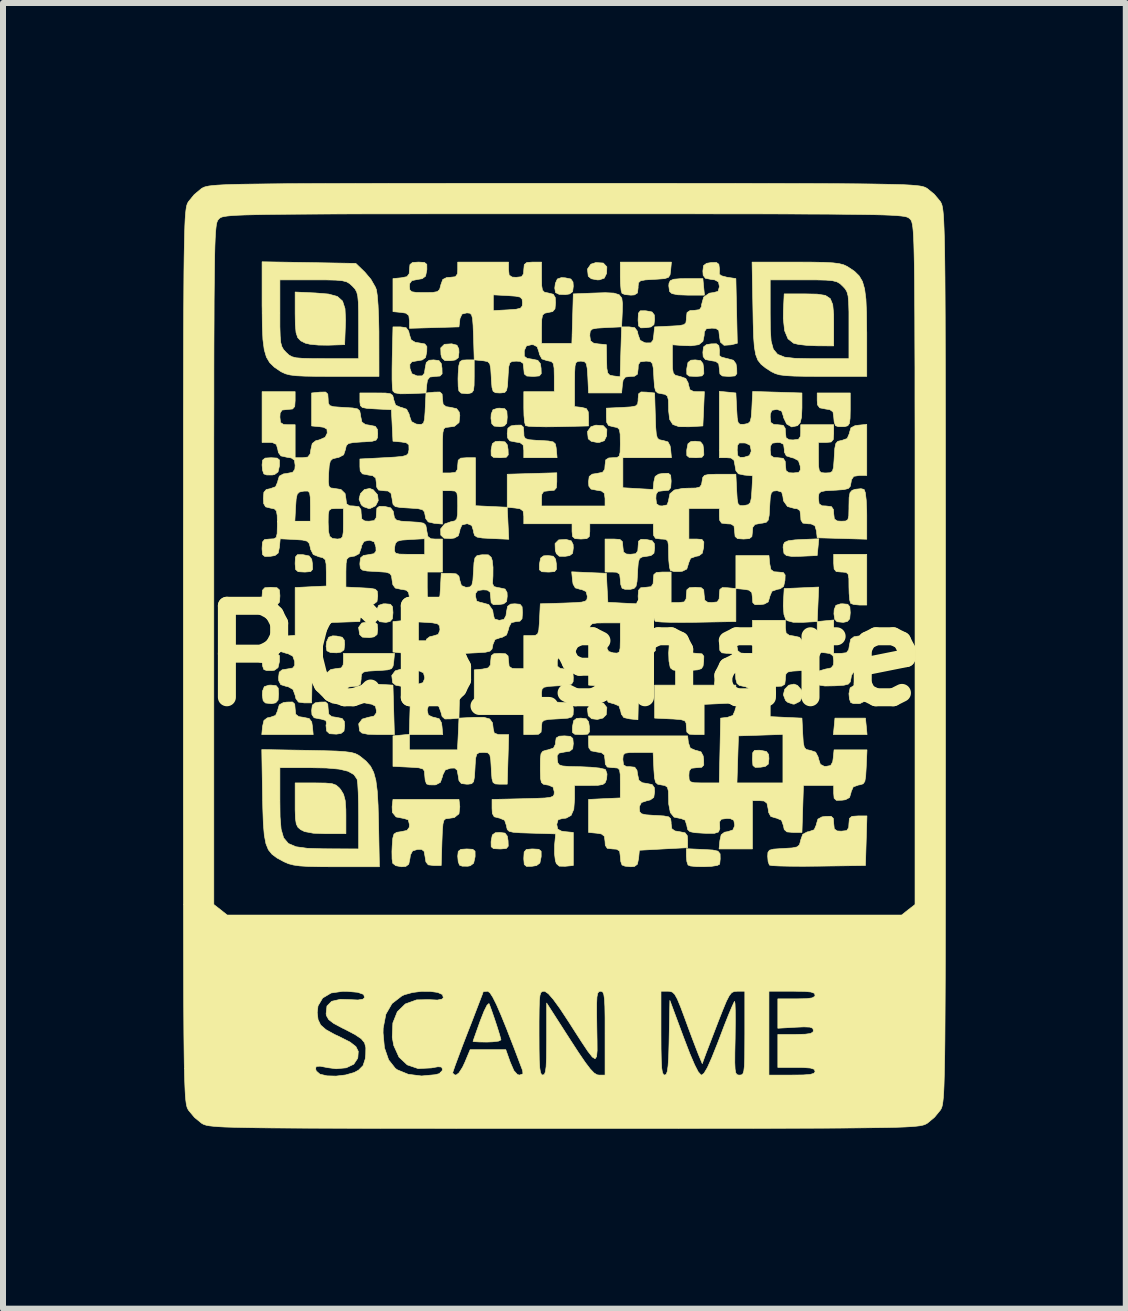
<source format=kicad_pcb>
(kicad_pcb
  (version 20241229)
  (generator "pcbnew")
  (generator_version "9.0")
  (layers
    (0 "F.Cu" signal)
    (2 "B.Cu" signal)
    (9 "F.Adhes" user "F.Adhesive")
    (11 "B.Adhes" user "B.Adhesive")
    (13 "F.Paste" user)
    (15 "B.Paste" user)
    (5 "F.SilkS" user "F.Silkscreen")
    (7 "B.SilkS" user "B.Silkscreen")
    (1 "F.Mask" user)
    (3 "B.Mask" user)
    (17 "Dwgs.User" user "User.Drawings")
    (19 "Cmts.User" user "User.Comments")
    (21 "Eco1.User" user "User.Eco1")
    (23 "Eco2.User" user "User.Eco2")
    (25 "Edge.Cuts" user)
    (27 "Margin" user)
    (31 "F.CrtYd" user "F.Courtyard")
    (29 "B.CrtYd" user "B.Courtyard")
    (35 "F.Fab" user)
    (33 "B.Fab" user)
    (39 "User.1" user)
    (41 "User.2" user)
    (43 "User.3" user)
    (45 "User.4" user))
  (footprint "PCB_share"
    (layer "F.Cu")
    (at 6.355 7.879)
    (property "Reference" "PCB_share" (at 0 0 0) (layer "F.SilkS") (effects (font (size 1.524 1.524) (thickness 0.3))))
    (attr through_hole)
    (fp_poly (pts (xy 5.03 1.175) (xy 5.043 1.312) (xy 4.482 1.312) (xy 4.495 1.175) (xy 4.508 1.037) (xy 5.016 1.037) (xy 5.03 1.175)) (stroke (width 0.01) (type solid)) (fill yes) (layer "F.SilkS"))
    (fp_poly (pts (xy 0.651 0.787) (xy 0.707 0.861) (xy 0.697 0.98) (xy 0.642 1.036) (xy 0.548 1.059) (xy 0.454 1.047) (xy 0.397 0.997) (xy 0.383 0.878) (xy 0.441 0.798) (xy 0.535 0.77) (xy 0.651 0.787)) (stroke (width 0.01) (type solid)) (fill yes) (layer "F.SilkS"))
    (fp_poly (pts (xy -3.16 -0.564) (xy -3.119 -0.528) (xy -3.111 -0.445) (xy -3.122 -0.356) (xy -3.172 -0.317) (xy -3.249 -0.304) (xy -3.366 -0.312) (xy -3.412 -0.355) (xy -3.43 -0.474) (xy -3.377 -0.547) (xy -3.259 -0.572) (xy -3.16 -0.564)) (stroke (width 0.01) (type solid)) (fill yes) (layer "F.SilkS"))
    (fp_poly (pts (xy 0.648 -6.546) (xy 0.707 -6.483) (xy 0.703 -6.374) (xy 0.664 -6.294) (xy 0.583 -6.266) (xy 0.548 -6.265) (xy 0.448 -6.284) (xy 0.397 -6.326) (xy 0.384 -6.446) (xy 0.441 -6.527) (xy 0.524 -6.554) (xy 0.648 -6.546)) (stroke (width 0.01) (type solid)) (fill yes) (layer "F.SilkS"))
    (fp_poly (pts (xy 0.648 -3.836) (xy 0.707 -3.774) (xy 0.703 -3.665) (xy 0.664 -3.585) (xy 0.583 -3.557) (xy 0.548 -3.556) (xy 0.448 -3.575) (xy 0.397 -3.617) (xy 0.384 -3.737) (xy 0.441 -3.818) (xy 0.524 -3.845) (xy 0.648 -3.836)) (stroke (width 0.01) (type solid)) (fill yes) (layer "F.SilkS"))
    (fp_poly (pts (xy -3.186 -2.768) (xy -3.114 -2.685) (xy -3.102 -2.587) (xy -3.146 -2.501) (xy -3.236 -2.457) (xy -3.26 -2.455) (xy -3.349 -2.486) (xy -3.385 -2.517) (xy -3.422 -2.611) (xy -3.399 -2.703) (xy -3.334 -2.771) (xy -3.245 -2.79) (xy -3.186 -2.768)) (stroke (width 0.01) (type solid)) (fill yes) (layer "F.SilkS"))
    (fp_poly (pts (xy -1.791 -5.177) (xy -1.76 -5.115) (xy -1.757 -5.059) (xy -1.768 -4.969) (xy -1.818 -4.931) (xy -1.893 -4.919) (xy -1.991 -4.92) (xy -2.039 -4.962) (xy -2.057 -5.017) (xy -2.061 -5.132) (xy -2 -5.192) (xy -1.878 -5.2) (xy -1.791 -5.177)) (stroke (width 0.01) (type solid)) (fill yes) (layer "F.SilkS"))
    (fp_poly (pts (xy 0.114 -1.917) (xy 0.145 -1.856) (xy 0.148 -1.799) (xy 0.137 -1.71) (xy 0.087 -1.671) (xy 0.012 -1.659) (xy -0.086 -1.66) (xy -0.134 -1.703) (xy -0.152 -1.757) (xy -0.156 -1.872) (xy -0.095 -1.933) (xy 0.027 -1.94) (xy 0.114 -1.917)) (stroke (width 0.01) (type solid)) (fill yes) (layer "F.SilkS"))
    (fp_poly (pts (xy 3.884 0.492) (xy 3.956 0.575) (xy 3.967 0.673) (xy 3.924 0.758) (xy 3.834 0.803) (xy 3.81 0.804) (xy 3.721 0.774) (xy 3.685 0.743) (xy 3.648 0.648) (xy 3.671 0.556) (xy 3.736 0.489) (xy 3.825 0.47) (xy 3.884 0.492)) (stroke (width 0.01) (type solid)) (fill yes) (layer "F.SilkS"))
    (fp_poly (pts (xy 4.225 -0.859) (xy 4.212 -0.572) (xy 3.976 -0.559) (xy 3.812 -0.56) (xy 3.715 -0.586) (xy 3.687 -0.608) (xy 3.658 -0.691) (xy 3.647 -0.829) (xy 3.649 -0.896) (xy 3.662 -1.122) (xy 3.95 -1.134) (xy 4.237 -1.147) (xy 4.225 -0.859)) (stroke (width 0.01) (type solid)) (fill yes) (layer "F.SilkS"))
    (fp_poly (pts (xy -4.804 0.495) (xy -4.769 0.537) (xy -4.763 0.635) (xy -4.771 0.737) (xy -4.811 0.782) (xy -4.879 0.797) (xy -4.982 0.785) (xy -5.02 0.747) (xy -5.034 0.655) (xy -5.03 0.585) (xy -5.001 0.513) (xy -4.925 0.488) (xy -4.889 0.487) (xy -4.804 0.495)) (stroke (width 0.01) (type solid)) (fill yes) (layer "F.SilkS"))
    (fp_poly (pts (xy -2.899 -0.86) (xy -2.864 -0.818) (xy -2.857 -0.72) (xy -2.866 -0.618) (xy -2.906 -0.573) (xy -2.974 -0.558) (xy -3.077 -0.569) (xy -3.115 -0.608) (xy -3.129 -0.7) (xy -3.125 -0.77) (xy -3.096 -0.842) (xy -3.02 -0.867) (xy -2.985 -0.868) (xy -2.899 -0.86)) (stroke (width 0.01) (type solid)) (fill yes) (layer "F.SilkS"))
    (fp_poly (pts (xy -2.59 0.249) (xy -2.582 0.339) (xy -2.582 0.357) (xy -2.589 0.458) (xy -2.624 0.5) (xy -2.708 0.508) (xy -2.711 0.508) (xy -2.811 0.489) (xy -2.862 0.447) (xy -2.877 0.327) (xy -2.819 0.249) (xy -2.72 0.22) (xy -2.628 0.217) (xy -2.59 0.249)) (stroke (width 0.01) (type solid)) (fill yes) (layer "F.SilkS"))
    (fp_poly (pts (xy -0.994 -4.119) (xy -0.959 -4.077) (xy -0.953 -3.979) (xy -0.961 -3.878) (xy -1.001 -3.832) (xy -1.069 -3.818) (xy -1.172 -3.829) (xy -1.21 -3.868) (xy -1.224 -3.959) (xy -1.22 -4.029) (xy -1.191 -4.101) (xy -1.115 -4.126) (xy -1.079 -4.128) (xy -0.994 -4.119)) (stroke (width 0.01) (type solid)) (fill yes) (layer "F.SilkS"))
    (fp_poly (pts (xy 2.32 -6.149) (xy 2.334 -6.011) (xy 2.055 -6.011) (xy 1.888 -6.017) (xy 1.791 -6.037) (xy 1.752 -6.072) (xy 1.739 -6.166) (xy 1.743 -6.21) (xy 1.764 -6.252) (xy 1.82 -6.276) (xy 1.928 -6.285) (xy 2.033 -6.287) (xy 2.307 -6.287) (xy 2.32 -6.149)) (stroke (width 0.01) (type solid)) (fill yes) (layer "F.SilkS"))
    (fp_poly (pts (xy 4.721 -0.86) (xy 4.756 -0.818) (xy 4.763 -0.72) (xy 4.754 -0.618) (xy 4.714 -0.573) (xy 4.646 -0.558) (xy 4.543 -0.569) (xy 4.505 -0.608) (xy 4.491 -0.7) (xy 4.495 -0.77) (xy 4.524 -0.842) (xy 4.6 -0.867) (xy 4.636 -0.868) (xy 4.721 -0.86)) (stroke (width 0.01) (type solid)) (fill yes) (layer "F.SilkS"))
    (fp_poly (pts (xy 5.023 0.542) (xy 5.03 0.662) (xy 5.001 0.756) (xy 4.927 0.793) (xy 4.909 0.796) (xy 4.817 0.795) (xy 4.771 0.778) (xy 4.749 0.717) (xy 4.741 0.629) (xy 4.761 0.533) (xy 4.834 0.487) (xy 4.85 0.482) (xy 4.964 0.479) (xy 5.023 0.542)) (stroke (width 0.01) (type solid)) (fill yes) (layer "F.SilkS"))
    (fp_poly (pts (xy -4.787 -3.296) (xy -4.748 -3.264) (xy -4.748 -3.181) (xy -4.749 -3.164) (xy -4.772 -3.065) (xy -4.829 -3.022) (xy -4.87 -3.014) (xy -4.962 -3.015) (xy -5.008 -3.032) (xy -5.03 -3.093) (xy -5.038 -3.182) (xy -5.029 -3.262) (xy -4.986 -3.296) (xy -4.887 -3.302) (xy -4.787 -3.296)) (stroke (width 0.01) (type solid)) (fill yes) (layer "F.SilkS"))
    (fp_poly (pts (xy -4.787 -0.037) (xy -4.748 -0.004) (xy -4.748 0.078) (xy -4.749 0.095) (xy -4.772 0.195) (xy -4.829 0.238) (xy -4.87 0.245) (xy -4.962 0.244) (xy -5.008 0.228) (xy -5.03 0.167) (xy -5.038 0.078) (xy -5.029 -0.003) (xy -4.986 -0.036) (xy -4.887 -0.042) (xy -4.787 -0.037)) (stroke (width 0.01) (type solid)) (fill yes) (layer "F.SilkS"))
    (fp_poly (pts (xy -3.798 -0.331) (xy -3.703 -0.311) (xy -3.667 -0.261) (xy -3.662 -0.191) (xy -3.673 -0.1) (xy -3.724 -0.062) (xy -3.795 -0.051) (xy -3.897 -0.055) (xy -3.957 -0.084) (xy -3.958 -0.085) (xy -3.971 -0.159) (xy -3.961 -0.238) (xy -3.928 -0.311) (xy -3.862 -0.334) (xy -3.798 -0.331)) (stroke (width 0.01) (type solid)) (fill yes) (layer "F.SilkS"))
    (fp_poly (pts (xy -1.527 3.223) (xy -1.489 3.255) (xy -1.488 3.338) (xy -1.49 3.355) (xy -1.513 3.455) (xy -1.569 3.497) (xy -1.61 3.505) (xy -1.703 3.504) (xy -1.748 3.487) (xy -1.77 3.427) (xy -1.778 3.337) (xy -1.769 3.257) (xy -1.726 3.224) (xy -1.627 3.217) (xy -1.527 3.223)) (stroke (width 0.01) (type solid)) (fill yes) (layer "F.SilkS"))
    (fp_poly (pts (xy -0.99 -3.566) (xy -0.952 -3.517) (xy -0.939 -3.44) (xy -0.936 -3.349) (xy -0.968 -3.31) (xy -1.056 -3.302) (xy -1.079 -3.302) (xy -1.181 -3.307) (xy -1.22 -3.339) (xy -1.222 -3.419) (xy -1.22 -3.44) (xy -1.201 -3.535) (xy -1.151 -3.572) (xy -1.079 -3.577) (xy -0.99 -3.566)) (stroke (width 0.01) (type solid)) (fill yes) (layer "F.SilkS"))
    (fp_poly (pts (xy -0.99 2.953) (xy -0.952 3.003) (xy -0.939 3.08) (xy -0.936 3.171) (xy -0.968 3.209) (xy -1.056 3.217) (xy -1.079 3.217) (xy -1.181 3.212) (xy -1.22 3.181) (xy -1.222 3.101) (xy -1.22 3.08) (xy -1.201 2.984) (xy -1.151 2.947) (xy -1.079 2.942) (xy -0.99 2.953)) (stroke (width 0.01) (type solid)) (fill yes) (layer "F.SilkS"))
    (fp_poly (pts (xy -0.186 -1.661) (xy -0.147 -1.612) (xy -0.135 -1.535) (xy -0.132 -1.444) (xy -0.163 -1.405) (xy -0.252 -1.397) (xy -0.275 -1.397) (xy -0.376 -1.402) (xy -0.416 -1.434) (xy -0.417 -1.514) (xy -0.415 -1.535) (xy -0.396 -1.63) (xy -0.347 -1.667) (xy -0.275 -1.672) (xy -0.186 -1.661)) (stroke (width 0.01) (type solid)) (fill yes) (layer "F.SilkS"))
    (fp_poly (pts (xy 0.012 -6.3) (xy 0.107 -6.28) (xy 0.143 -6.23) (xy 0.148 -6.16) (xy 0.137 -6.069) (xy 0.086 -6.031) (xy 0.015 -6.02) (xy -0.087 -6.024) (xy -0.147 -6.053) (xy -0.148 -6.054) (xy -0.161 -6.128) (xy -0.151 -6.207) (xy -0.118 -6.28) (xy -0.052 -6.303) (xy 0.012 -6.3)) (stroke (width 0.01) (type solid)) (fill yes) (layer "F.SilkS"))
    (fp_poly (pts (xy 0.364 1.048) (xy 0.403 1.098) (xy 0.415 1.175) (xy 0.418 1.266) (xy 0.387 1.304) (xy 0.299 1.312) (xy 0.275 1.312) (xy 0.174 1.307) (xy 0.134 1.276) (xy 0.133 1.196) (xy 0.135 1.175) (xy 0.154 1.079) (xy 0.203 1.042) (xy 0.275 1.037) (xy 0.364 1.048)) (stroke (width 0.01) (type solid)) (fill yes) (layer "F.SilkS"))
    (fp_poly (pts (xy 1.365 -5.749) (xy 1.461 -5.73) (xy 1.498 -5.681) (xy 1.503 -5.609) (xy 1.492 -5.52) (xy 1.442 -5.481) (xy 1.365 -5.469) (xy 1.274 -5.466) (xy 1.236 -5.497) (xy 1.228 -5.586) (xy 1.228 -5.609) (xy 1.233 -5.71) (xy 1.264 -5.75) (xy 1.344 -5.751) (xy 1.365 -5.749)) (stroke (width 0.01) (type solid)) (fill yes) (layer "F.SilkS"))
    (fp_poly (pts (xy 2.269 -4.921) (xy 2.308 -4.871) (xy 2.32 -4.794) (xy 2.323 -4.703) (xy 2.292 -4.665) (xy 2.204 -4.657) (xy 2.18 -4.657) (xy 2.079 -4.662) (xy 2.039 -4.693) (xy 2.038 -4.773) (xy 2.04 -4.794) (xy 2.059 -4.89) (xy 2.108 -4.927) (xy 2.18 -4.932) (xy 2.269 -4.921)) (stroke (width 0.01) (type solid)) (fill yes) (layer "F.SilkS"))
    (fp_poly (pts (xy 2.269 -3.566) (xy 2.308 -3.517) (xy 2.32 -3.44) (xy 2.323 -3.349) (xy 2.292 -3.31) (xy 2.204 -3.302) (xy 2.18 -3.302) (xy 2.079 -3.307) (xy 2.039 -3.339) (xy 2.038 -3.419) (xy 2.04 -3.44) (xy 2.059 -3.535) (xy 2.108 -3.572) (xy 2.18 -3.577) (xy 2.269 -3.566)) (stroke (width 0.01) (type solid)) (fill yes) (layer "F.SilkS"))
    (fp_poly (pts (xy 3.27 1.574) (xy 3.366 1.593) (xy 3.403 1.643) (xy 3.408 1.714) (xy 3.397 1.804) (xy 3.347 1.842) (xy 3.27 1.855) (xy 3.179 1.858) (xy 3.141 1.826) (xy 3.133 1.738) (xy 3.133 1.714) (xy 3.138 1.613) (xy 3.169 1.574) (xy 3.249 1.572) (xy 3.27 1.574)) (stroke (width 0.01) (type solid)) (fill yes) (layer "F.SilkS"))
    (fp_poly (pts (xy 4.226 -1.812) (xy 4.212 -1.672) (xy 3.947 -1.66) (xy 3.791 -1.657) (xy 3.701 -1.671) (xy 3.661 -1.704) (xy 3.658 -1.71) (xy 3.644 -1.806) (xy 3.648 -1.85) (xy 3.67 -1.892) (xy 3.729 -1.918) (xy 3.842 -1.933) (xy 3.951 -1.939) (xy 4.239 -1.951) (xy 4.226 -1.812)) (stroke (width 0.01) (type solid)) (fill yes) (layer "F.SilkS"))
    (fp_poly (pts (xy -4.35 -1.685) (xy -4.253 -1.665) (xy -4.211 -1.61) (xy -4.199 -1.535) (xy -4.196 -1.443) (xy -4.228 -1.405) (xy -4.318 -1.397) (xy -4.336 -1.397) (xy -4.437 -1.403) (xy -4.479 -1.439) (xy -4.487 -1.53) (xy -4.487 -1.548) (xy -4.482 -1.648) (xy -4.449 -1.686) (xy -4.367 -1.687) (xy -4.35 -1.685)) (stroke (width 0.01) (type solid)) (fill yes) (layer "F.SilkS"))
    (fp_poly (pts (xy -0.427 3.223) (xy -0.388 3.255) (xy -0.387 3.338) (xy -0.389 3.355) (xy -0.409 3.452) (xy -0.465 3.494) (xy -0.54 3.506) (xy -0.631 3.508) (xy -0.669 3.477) (xy -0.677 3.387) (xy -0.677 3.368) (xy -0.671 3.268) (xy -0.635 3.226) (xy -0.544 3.217) (xy -0.526 3.217) (xy -0.427 3.223)) (stroke (width 0.01) (type solid)) (fill yes) (layer "F.SilkS"))
    (fp_poly (pts (xy 2.317 3.226) (xy 2.471 3.235) (xy 2.558 3.254) (xy 2.594 3.298) (xy 2.596 3.384) (xy 2.587 3.471) (xy 2.547 3.492) (xy 2.45 3.507) (xy 2.325 3.513) (xy 2.199 3.511) (xy 2.1 3.501) (xy 2.06 3.485) (xy 2.04 3.426) (xy 2.032 3.335) (xy 2.032 3.213) (xy 2.317 3.226)) (stroke (width 0.01) (type solid)) (fill yes) (layer "F.SilkS"))
    (fp_poly (pts (xy -4.79 -1.136) (xy -4.749 -1.099) (xy -4.741 -1.006) (xy -4.741 -0.995) (xy -4.748 -0.896) (xy -4.785 -0.855) (xy -4.878 -0.847) (xy -4.889 -0.847) (xy -4.989 -0.853) (xy -5.03 -0.89) (xy -5.038 -0.984) (xy -5.038 -0.995) (xy -5.031 -1.094) (xy -4.994 -1.135) (xy -4.901 -1.143) (xy -4.889 -1.143) (xy -4.79 -1.136)) (stroke (width 0.01) (type solid)) (fill yes) (layer "F.SilkS"))
    (fp_poly (pts (xy -1.503 -4.657) (xy -1.505 -4.509) (xy -1.515 -4.425) (xy -1.543 -4.386) (xy -1.597 -4.371) (xy -1.619 -4.368) (xy -1.721 -4.378) (xy -1.759 -4.415) (xy -1.77 -4.49) (xy -1.773 -4.616) (xy -1.77 -4.704) (xy -1.76 -4.835) (xy -1.74 -4.903) (xy -1.699 -4.928) (xy -1.63 -4.932) (xy -1.503 -4.932) (xy -1.503 -4.657)) (stroke (width 0.01) (type solid)) (fill yes) (layer "F.SilkS"))
    (fp_poly (pts (xy 2.857 0.783) (xy 2.593 0.796) (xy 2.328 0.808) (xy 2.328 1.312) (xy 2.18 1.312) (xy 2.081 1.305) (xy 2.04 1.269) (xy 2.032 1.187) (xy 2.028 1.119) (xy 2.004 1.081) (xy 1.94 1.062) (xy 1.817 1.052) (xy 1.767 1.05) (xy 1.503 1.037) (xy 1.503 0.487) (xy 2.857 0.487) (xy 2.857 0.783)) (stroke (width 0.01) (type solid)) (fill yes) (layer "F.SilkS"))
    (fp_poly (pts (xy 4.211 -6.028) (xy 4.348 -6.007) (xy 4.43 -5.953) (xy 4.471 -5.853) (xy 4.486 -5.692) (xy 4.487 -5.54) (xy 4.487 -5.165) (xy 4.202 -5.167) (xy 4.04 -5.174) (xy 3.9 -5.19) (xy 3.82 -5.209) (xy 3.726 -5.283) (xy 3.669 -5.419) (xy 3.647 -5.623) (xy 3.649 -5.754) (xy 3.662 -6.032) (xy 4.005 -6.032) (xy 4.211 -6.028)) (stroke (width 0.01) (type solid)) (fill yes) (layer "F.SilkS"))
    (fp_poly (pts (xy 5.038 -0.847) (xy 4.918 -0.847) (xy 4.821 -0.856) (xy 4.77 -0.875) (xy 4.754 -0.929) (xy 4.744 -1.042) (xy 4.741 -1.15) (xy 4.74 -1.288) (xy 4.727 -1.362) (xy 4.694 -1.391) (xy 4.629 -1.397) (xy 4.614 -1.397) (xy 4.529 -1.405) (xy 4.494 -1.447) (xy 4.487 -1.545) (xy 4.487 -1.693) (xy 5.038 -1.693) (xy 5.038 -0.847)) (stroke (width 0.01) (type solid)) (fill yes) (layer "F.SilkS"))
    (fp_poly (pts (xy -4.145 -6.047) (xy -3.928 -6.029) (xy -3.783 -5.989) (xy -3.697 -5.912) (xy -3.656 -5.786) (xy -3.647 -5.595) (xy -3.65 -5.507) (xy -3.662 -5.186) (xy -3.937 -5.177) (xy -4.098 -5.179) (xy -4.24 -5.193) (xy -4.317 -5.211) (xy -4.394 -5.25) (xy -4.444 -5.303) (xy -4.472 -5.387) (xy -4.484 -5.522) (xy -4.487 -5.709) (xy -4.487 -6.063) (xy -4.145 -6.047)) (stroke (width 0.01) (type solid)) (fill yes) (layer "F.SilkS"))
    (fp_poly (pts (xy 4.763 -4.106) (xy 4.76 -3.958) (xy 4.749 -3.874) (xy 4.722 -3.835) (xy 4.67 -3.82) (xy 4.655 -3.819) (xy 4.563 -3.82) (xy 4.517 -3.836) (xy 4.495 -3.897) (xy 4.487 -3.984) (xy 4.475 -4.066) (xy 4.421 -4.103) (xy 4.35 -4.114) (xy 4.254 -4.133) (xy 4.217 -4.183) (xy 4.212 -4.255) (xy 4.212 -4.381) (xy 4.763 -4.381) (xy 4.763 -4.106)) (stroke (width 0.01) (type solid)) (fill yes) (layer "F.SilkS"))
    (fp_poly (pts (xy -1.253 5.8) (xy -1.211 5.915) (xy -1.162 6.057) (xy -1.115 6.2) (xy -1.078 6.32) (xy -1.059 6.391) (xy -1.058 6.399) (xy -1.097 6.419) (xy -1.195 6.431) (xy -1.291 6.435) (xy -1.418 6.433) (xy -1.503 6.428) (xy -1.523 6.424) (xy -1.509 6.382) (xy -1.473 6.28) (xy -1.422 6.136) (xy -1.4 6.075) (xy -1.339 5.92) (xy -1.29 5.822) (xy -1.259 5.793) (xy -1.253 5.8)) (stroke (width 0.01) (type solid)) (fill yes) (layer "F.SilkS"))
    (fp_poly (pts (xy -4.494 0.803) (xy -4.487 0.884) (xy -4.477 0.973) (xy -4.427 1.012) (xy -4.35 1.024) (xy -4.253 1.044) (xy -4.211 1.1) (xy -4.199 1.175) (xy -4.186 1.312) (xy -5.043 1.312) (xy -5.03 1.175) (xy -5.007 1.076) (xy -4.951 1.033) (xy -4.903 1.024) (xy -4.813 0.992) (xy -4.777 0.909) (xy -4.776 0.897) (xy -4.751 0.815) (xy -4.683 0.778) (xy -4.625 0.77) (xy -4.531 0.768) (xy -4.494 0.803)) (stroke (width 0.01) (type solid)) (fill yes) (layer "F.SilkS"))
    (fp_poly (pts (xy -3.981 2.119) (xy -3.873 2.129) (xy -3.804 2.154) (xy -3.753 2.198) (xy -3.728 2.228) (xy -3.68 2.308) (xy -3.653 2.41) (xy -3.642 2.558) (xy -3.641 2.652) (xy -3.641 2.963) (xy -3.97 2.963) (xy -4.185 2.955) (xy -4.329 2.928) (xy -4.393 2.897) (xy -4.44 2.857) (xy -4.468 2.801) (xy -4.482 2.709) (xy -4.487 2.563) (xy -4.487 2.474) (xy -4.487 2.117) (xy -4.152 2.117) (xy -3.981 2.119)) (stroke (width 0.01) (type solid)) (fill yes) (layer "F.SilkS"))
    (fp_poly (pts (xy 1.77 -6.424) (xy 1.76 -6.349) (xy 1.733 -6.307) (xy 1.669 -6.286) (xy 1.549 -6.277) (xy 1.492 -6.274) (xy 1.348 -6.265) (xy 1.269 -6.25) (xy 1.235 -6.218) (xy 1.228 -6.16) (xy 1.228 -6.136) (xy 1.217 -6.047) (xy 1.166 -6.015) (xy 1.108 -6.011) (xy 1.011 -6.02) (xy 0.96 -6.04) (xy 0.944 -6.094) (xy 0.934 -6.206) (xy 0.931 -6.315) (xy 0.931 -6.562) (xy 1.783 -6.562) (xy 1.77 -6.424)) (stroke (width 0.01) (type solid)) (fill yes) (layer "F.SilkS"))
    (fp_poly (pts (xy -3.083 0.474) (xy -2.857 0.487) (xy -2.833 1.312) (xy -3.111 1.312) (xy -3.278 1.306) (xy -3.374 1.286) (xy -3.413 1.251) (xy -3.428 1.132) (xy -3.369 1.053) (xy -3.27 1.024) (xy -3.173 1.003) (xy -3.136 0.953) (xy -3.133 0.91) (xy -3.149 0.838) (xy -3.212 0.805) (xy -3.27 0.796) (xy -3.37 0.774) (xy -3.412 0.717) (xy -3.421 0.674) (xy -3.408 0.564) (xy -3.336 0.498) (xy -3.197 0.472) (xy -3.083 0.474)) (stroke (width 0.01) (type solid)) (fill yes) (layer "F.SilkS"))
    (fp_poly (pts (xy -3.943 0.803) (xy -3.937 0.884) (xy -3.926 0.973) (xy -3.877 1.012) (xy -3.799 1.024) (xy -3.704 1.043) (xy -3.667 1.092) (xy -3.662 1.164) (xy -3.673 1.253) (xy -3.722 1.292) (xy -3.8 1.304) (xy -3.914 1.297) (xy -3.963 1.252) (xy -3.973 1.157) (xy -3.965 1.124) (xy -3.974 1.077) (xy -4.054 1.053) (xy -4.077 1.05) (xy -4.171 1.031) (xy -4.207 0.98) (xy -4.212 0.91) (xy -4.201 0.821) (xy -4.152 0.782) (xy -4.075 0.77) (xy -3.98 0.768) (xy -3.943 0.803)) (stroke (width 0.01) (type solid)) (fill yes) (layer "F.SilkS"))
    (fp_poly (pts (xy -0.684 -3.812) (xy -0.677 -3.73) (xy -0.674 -3.66) (xy -0.65 -3.621) (xy -0.588 -3.602) (xy -0.466 -3.592) (xy -0.413 -3.59) (xy -0.268 -3.581) (xy -0.188 -3.566) (xy -0.151 -3.532) (xy -0.138 -3.469) (xy -0.135 -3.44) (xy -0.122 -3.302) (xy -0.677 -3.302) (xy -0.677 -3.426) (xy -0.688 -3.514) (xy -0.739 -3.552) (xy -0.815 -3.564) (xy -0.91 -3.583) (xy -0.947 -3.632) (xy -0.953 -3.704) (xy -0.942 -3.793) (xy -0.892 -3.832) (xy -0.815 -3.844) (xy -0.721 -3.846) (xy -0.684 -3.812)) (stroke (width 0.01) (type solid)) (fill yes) (layer "F.SilkS"))
    (fp_poly (pts (xy 2.018 -0.308) (xy 2.057 -0.245) (xy 2.066 -0.18) (xy 2.086 -0.085) (xy 2.135 -0.048) (xy 2.207 -0.042) (xy 2.293 -0.034) (xy 2.323 0.007) (xy 2.32 0.095) (xy 2.31 0.171) (xy 2.282 0.213) (xy 2.218 0.233) (xy 2.095 0.243) (xy 2.048 0.245) (xy 1.897 0.248) (xy 1.81 0.235) (xy 1.769 0.203) (xy 1.762 0.189) (xy 1.742 0.088) (xy 1.737 -0.048) (xy 1.746 -0.183) (xy 1.767 -0.278) (xy 1.773 -0.289) (xy 1.839 -0.327) (xy 1.931 -0.331) (xy 2.018 -0.308)) (stroke (width 0.01) (type solid)) (fill yes) (layer "F.SilkS"))
    (fp_poly (pts (xy 3.421 -1.535) (xy 3.44 -1.439) (xy 3.49 -1.402) (xy 3.561 -1.397) (xy 3.648 -1.389) (xy 3.678 -1.348) (xy 3.675 -1.259) (xy 3.653 -1.16) (xy 3.597 -1.118) (xy 3.548 -1.109) (xy 3.458 -1.077) (xy 3.423 -0.993) (xy 3.421 -0.982) (xy 3.396 -0.899) (xy 3.329 -0.863) (xy 3.27 -0.855) (xy 3.176 -0.853) (xy 3.139 -0.887) (xy 3.133 -0.968) (xy 3.122 -1.057) (xy 3.072 -1.096) (xy 2.995 -1.109) (xy 2.857 -1.122) (xy 2.857 -1.672) (xy 3.408 -1.672) (xy 3.421 -1.535)) (stroke (width 0.01) (type solid)) (fill yes) (layer "F.SilkS"))
    (fp_poly (pts (xy 2.573 -5.171) (xy 2.584 -5.09) (xy 2.581 -5.006) (xy 2.616 -4.979) (xy 2.706 -4.955) (xy 2.718 -4.953) (xy 2.816 -4.926) (xy 2.859 -4.867) (xy 2.871 -4.794) (xy 2.873 -4.703) (xy 2.842 -4.665) (xy 2.752 -4.657) (xy 2.733 -4.657) (xy 2.632 -4.664) (xy 2.591 -4.698) (xy 2.582 -4.781) (xy 2.571 -4.868) (xy 2.521 -4.907) (xy 2.445 -4.919) (xy 2.349 -4.938) (xy 2.312 -4.987) (xy 2.307 -5.059) (xy 2.318 -5.148) (xy 2.368 -5.187) (xy 2.445 -5.199) (xy 2.532 -5.201) (xy 2.573 -5.171)) (stroke (width 0.01) (type solid)) (fill yes) (layer "F.SilkS"))
    (fp_poly (pts (xy -2.844 0.095) (xy -2.855 0.17) (xy -2.881 0.213) (xy -2.945 0.233) (xy -3.066 0.243) (xy -3.122 0.245) (xy -3.266 0.254) (xy -3.345 0.269) (xy -3.379 0.301) (xy -3.387 0.36) (xy -3.387 0.383) (xy -3.398 0.472) (xy -3.449 0.505) (xy -3.511 0.508) (xy -3.598 0.519) (xy -3.637 0.57) (xy -3.649 0.646) (xy -3.672 0.745) (xy -3.728 0.788) (xy -3.768 0.796) (xy -3.87 0.786) (xy -3.927 0.755) (xy -3.959 0.681) (xy -3.976 0.557) (xy -3.978 0.418) (xy -3.961 0.3) (xy -3.954 0.279) (xy -3.893 0.227) (xy -3.805 0.212) (xy -3.719 0.201) (xy -3.687 0.15) (xy -3.683 0.085) (xy -3.683 -0.042) (xy -2.831 -0.042) (xy -2.844 0.095)) (stroke (width 0.01) (type solid)) (fill yes) (layer "F.SilkS"))
    (fp_poly (pts (xy 4.487 -0.042) (xy 4.612 -0.042) (xy 4.699 -0.053) (xy 4.737 -0.104) (xy 4.749 -0.18) (xy 4.77 -0.277) (xy 4.825 -0.319) (xy 4.9 -0.331) (xy 5.038 -0.344) (xy 5.038 0.254) (xy 4.913 0.254) (xy 4.822 0.268) (xy 4.783 0.325) (xy 4.776 0.37) (xy 4.763 0.434) (xy 4.731 0.47) (xy 4.658 0.489) (xy 4.524 0.498) (xy 4.497 0.499) (xy 4.341 0.502) (xy 4.252 0.488) (xy 4.211 0.455) (xy 4.208 0.449) (xy 4.192 0.328) (xy 4.25 0.249) (xy 4.35 0.22) (xy 4.445 0.2) (xy 4.482 0.151) (xy 4.487 0.085) (xy 4.476 -0.001) (xy 4.424 -0.039) (xy 4.35 -0.05) (xy 4.212 -0.064) (xy 4.212 -0.572) (xy 4.35 -0.585) (xy 4.487 -0.598) (xy 4.487 -0.042)) (stroke (width 0.01) (type solid)) (fill yes) (layer "F.SilkS"))
    (fp_poly (pts (xy 0.925 -1.94) (xy 0.966 -1.904) (xy 0.974 -1.82) (xy 0.984 -1.73) (xy 1.034 -1.697) (xy 1.101 -1.693) (xy 1.19 -1.703) (xy 1.223 -1.752) (xy 1.228 -1.823) (xy 1.235 -1.911) (xy 1.276 -1.942) (xy 1.365 -1.939) (xy 1.461 -1.92) (xy 1.498 -1.871) (xy 1.503 -1.799) (xy 1.492 -1.71) (xy 1.441 -1.671) (xy 1.367 -1.659) (xy 1.293 -1.648) (xy 1.251 -1.621) (xy 1.231 -1.556) (xy 1.221 -1.434) (xy 1.219 -1.384) (xy 1.21 -1.24) (xy 1.193 -1.159) (xy 1.159 -1.123) (xy 1.1 -1.109) (xy 1.099 -1.109) (xy 1.007 -1.11) (xy 0.961 -1.127) (xy 0.939 -1.188) (xy 0.931 -1.277) (xy 0.92 -1.362) (xy 0.868 -1.394) (xy 0.804 -1.397) (xy 0.677 -1.397) (xy 0.677 -1.947) (xy 0.826 -1.947) (xy 0.925 -1.94)) (stroke (width 0.01) (type solid)) (fill yes) (layer "F.SilkS"))
    (fp_poly (pts (xy 5.016 3.493) (xy 4.231 3.504) (xy 3.981 3.506) (xy 3.761 3.505) (xy 3.584 3.501) (xy 3.464 3.495) (xy 3.416 3.486) (xy 3.394 3.426) (xy 3.387 3.339) (xy 3.391 3.275) (xy 3.417 3.238) (xy 3.484 3.22) (xy 3.612 3.211) (xy 3.651 3.209) (xy 3.796 3.2) (xy 3.877 3.183) (xy 3.916 3.149) (xy 3.934 3.086) (xy 3.937 3.069) (xy 3.971 2.973) (xy 4.046 2.933) (xy 4.072 2.929) (xy 4.162 2.897) (xy 4.198 2.814) (xy 4.199 2.802) (xy 4.224 2.72) (xy 4.291 2.683) (xy 4.35 2.675) (xy 4.444 2.673) (xy 4.481 2.708) (xy 4.487 2.791) (xy 4.497 2.883) (xy 4.545 2.917) (xy 4.614 2.921) (xy 4.704 2.911) (xy 4.737 2.861) (xy 4.741 2.794) (xy 4.749 2.709) (xy 4.791 2.674) (xy 4.891 2.667) (xy 5.041 2.667) (xy 5.016 3.493)) (stroke (width 0.01) (type solid)) (fill yes) (layer "F.SilkS"))
    (fp_poly (pts (xy -1.743 2.514) (xy -1.757 2.631) (xy -1.834 2.694) (xy -1.935 2.709) (xy -1.979 2.714) (xy -2.008 2.74) (xy -2.024 2.802) (xy -2.034 2.918) (xy -2.041 3.101) (xy -2.053 3.493) (xy -2.18 3.493) (xy -2.269 3.482) (xy -2.308 3.433) (xy -2.321 3.352) (xy -2.338 3.257) (xy -2.381 3.224) (xy -2.448 3.225) (xy -2.53 3.25) (xy -2.566 3.318) (xy -2.574 3.376) (xy -2.594 3.471) (xy -2.643 3.508) (xy -2.713 3.514) (xy -2.81 3.496) (xy -2.861 3.456) (xy -2.872 3.383) (xy -2.874 3.258) (xy -2.87 3.17) (xy -2.86 3.038) (xy -2.84 2.969) (xy -2.795 2.94) (xy -2.72 2.929) (xy -2.623 2.908) (xy -2.586 2.858) (xy -2.582 2.812) (xy -2.602 2.732) (xy -2.674 2.709) (xy -2.678 2.709) (xy -2.805 2.684) (xy -2.867 2.608) (xy -2.871 2.514) (xy -2.857 2.392) (xy -1.757 2.392) (xy -1.743 2.514)) (stroke (width 0.01) (type solid)) (fill yes) (layer "F.SilkS"))
    (fp_poly (pts (xy -2.638 -5.469) (xy -2.595 -5.411) (xy -2.583 -5.355) (xy -2.553 -5.265) (xy -2.487 -5.225) (xy -2.421 -5.215) (xy -2.326 -5.198) (xy -2.292 -5.154) (xy -2.294 -5.067) (xy -2.314 -4.972) (xy -2.369 -4.931) (xy -2.447 -4.918) (xy -2.542 -4.901) (xy -2.576 -4.858) (xy -2.574 -4.791) (xy -2.542 -4.702) (xy -2.458 -4.666) (xy -2.448 -4.665) (xy -2.369 -4.666) (xy -2.333 -4.71) (xy -2.321 -4.792) (xy -2.302 -4.888) (xy -2.254 -4.926) (xy -2.18 -4.932) (xy -2.091 -4.921) (xy -2.052 -4.871) (xy -2.04 -4.794) (xy -2.038 -4.7) (xy -2.073 -4.663) (xy -2.154 -4.657) (xy -2.243 -4.646) (xy -2.282 -4.596) (xy -2.294 -4.519) (xy -2.307 -4.381) (xy -2.572 -4.369) (xy -2.734 -4.367) (xy -2.826 -4.383) (xy -2.859 -4.414) (xy -2.867 -4.477) (xy -2.872 -4.605) (xy -2.872 -4.781) (xy -2.869 -4.977) (xy -2.857 -5.482) (xy -2.731 -5.482) (xy -2.638 -5.469)) (stroke (width 0.01) (type solid)) (fill yes) (layer "F.SilkS"))
    (fp_poly (pts (xy 1.778 -0.889) (xy 1.905 -0.889) (xy 1.995 -0.899) (xy 2.028 -0.949) (xy 2.032 -1.016) (xy 2.04 -1.101) (xy 2.082 -1.136) (xy 2.18 -1.143) (xy 2.28 -1.136) (xy 2.321 -1.1) (xy 2.328 -1.016) (xy 2.339 -0.926) (xy 2.388 -0.893) (xy 2.455 -0.889) (xy 2.545 -0.899) (xy 2.578 -0.948) (xy 2.582 -1.019) (xy 2.59 -1.107) (xy 2.631 -1.138) (xy 2.72 -1.135) (xy 2.857 -1.122) (xy 2.857 -0.572) (xy 2.199 -0.56) (xy 1.971 -0.558) (xy 1.773 -0.559) (xy 1.621 -0.564) (xy 1.53 -0.572) (xy 1.511 -0.578) (xy 1.489 -0.638) (xy 1.482 -0.727) (xy 1.47 -0.812) (xy 1.418 -0.843) (xy 1.355 -0.847) (xy 1.269 -0.855) (xy 1.234 -0.897) (xy 1.228 -0.995) (xy 1.235 -1.094) (xy 1.271 -1.135) (xy 1.355 -1.143) (xy 1.445 -1.153) (xy 1.478 -1.203) (xy 1.482 -1.27) (xy 1.49 -1.355) (xy 1.532 -1.39) (xy 1.63 -1.397) (xy 1.778 -1.397) (xy 1.778 -0.889)) (stroke (width 0.01) (type solid)) (fill yes) (layer "F.SilkS"))
    (fp_poly (pts (xy -4.281 1.574) (xy -4.006 1.58) (xy -3.803 1.586) (xy -3.657 1.596) (xy -3.555 1.609) (xy -3.485 1.628) (xy -3.431 1.655) (xy -3.4 1.677) (xy -3.303 1.756) (xy -3.23 1.84) (xy -3.178 1.942) (xy -3.142 2.074) (xy -3.119 2.252) (xy -3.105 2.487) (xy -3.097 2.783) (xy -3.083 3.514) (xy -3.796 3.514) (xy -4.065 3.513) (xy -4.264 3.509) (xy -4.409 3.5) (xy -4.515 3.485) (xy -4.596 3.464) (xy -4.668 3.433) (xy -4.678 3.428) (xy -4.789 3.368) (xy -4.872 3.306) (xy -4.933 3.231) (xy -4.974 3.129) (xy -5.001 2.988) (xy -5.017 2.795) (xy -5.026 2.538) (xy -5.03 2.336) (xy -5.038 1.863) (xy -4.741 1.863) (xy -4.741 2.404) (xy -4.738 2.682) (xy -4.721 2.888) (xy -4.679 3.032) (xy -4.6 3.126) (xy -4.474 3.18) (xy -4.29 3.206) (xy -4.036 3.214) (xy -3.926 3.215) (xy -3.429 3.217) (xy -3.429 2.67) (xy -3.431 2.459) (xy -3.436 2.274) (xy -3.444 2.134) (xy -3.454 2.059) (xy -3.455 2.055) (xy -3.508 1.978) (xy -3.604 1.923) (xy -3.754 1.887) (xy -3.969 1.868) (xy -4.231 1.863) (xy -4.741 1.863) (xy -5.038 1.863) (xy -5.043 1.561) (xy -4.281 1.574)) (stroke (width 0.01) (type solid)) (fill yes) (layer "F.SilkS"))
    (fp_poly (pts (xy -4.257 -6.554) (xy -3.476 -6.54) (xy -3.325 -6.394) (xy -3.224 -6.274) (xy -3.149 -6.143) (xy -3.132 -6.098) (xy -3.118 -6.003) (xy -3.105 -5.842) (xy -3.096 -5.636) (xy -3.091 -5.403) (xy -3.091 -5.302) (xy -3.09 -4.657) (xy -3.842 -4.657) (xy -4.116 -4.658) (xy -4.32 -4.661) (xy -4.467 -4.668) (xy -4.571 -4.681) (xy -4.646 -4.7) (xy -4.706 -4.727) (xy -4.731 -4.741) (xy -4.834 -4.811) (xy -4.911 -4.886) (xy -4.966 -4.979) (xy -5.002 -5.103) (xy -5.024 -5.272) (xy -5.034 -5.498) (xy -5.037 -5.794) (xy -5.038 -5.834) (xy -5.038 -6.265) (xy -4.741 -6.265) (xy -4.741 -5.713) (xy -4.741 -5.487) (xy -4.736 -5.328) (xy -4.727 -5.222) (xy -4.708 -5.153) (xy -4.679 -5.102) (xy -4.637 -5.057) (xy -4.591 -5.014) (xy -4.54 -4.985) (xy -4.469 -4.967) (xy -4.362 -4.958) (xy -4.203 -4.954) (xy -3.981 -4.953) (xy -3.429 -4.953) (xy -3.429 -5.505) (xy -3.43 -5.732) (xy -3.434 -5.89) (xy -3.444 -5.996) (xy -3.462 -6.066) (xy -3.491 -6.116) (xy -3.533 -6.161) (xy -3.58 -6.204) (xy -3.63 -6.233) (xy -3.701 -6.251) (xy -3.808 -6.261) (xy -3.968 -6.265) (xy -4.189 -6.265) (xy -4.741 -6.265) (xy -5.038 -6.265) (xy -5.038 -6.567) (xy -4.257 -6.554)) (stroke (width 0.01) (type solid)) (fill yes) (layer "F.SilkS"))
    (fp_poly (pts (xy 3.86 -6.562) (xy 4.131 -6.561) (xy 4.332 -6.557) (xy 4.476 -6.549) (xy 4.578 -6.536) (xy 4.652 -6.517) (xy 4.712 -6.489) (xy 4.731 -6.477) (xy 4.834 -6.408) (xy 4.911 -6.332) (xy 4.966 -6.239) (xy 5.002 -6.114) (xy 5.024 -5.945) (xy 5.034 -5.718) (xy 5.037 -5.421) (xy 5.038 -5.387) (xy 5.038 -4.657) (xy 4.307 -4.657) (xy 4.035 -4.658) (xy 3.833 -4.662) (xy 3.688 -4.67) (xy 3.586 -4.683) (xy 3.514 -4.704) (xy 3.456 -4.732) (xy 3.45 -4.735) (xy 3.351 -4.799) (xy 3.277 -4.859) (xy 3.223 -4.928) (xy 3.188 -5.019) (xy 3.165 -5.146) (xy 3.152 -5.322) (xy 3.145 -5.56) (xy 3.141 -5.783) (xy 3.132 -6.265) (xy 3.429 -6.265) (xy 3.429 -5.713) (xy 3.431 -5.443) (xy 3.444 -5.246) (xy 3.481 -5.11) (xy 3.552 -5.025) (xy 3.669 -4.978) (xy 3.843 -4.958) (xy 4.087 -4.953) (xy 4.189 -4.953) (xy 4.741 -4.953) (xy 4.741 -5.505) (xy 4.741 -5.732) (xy 4.736 -5.89) (xy 4.727 -5.996) (xy 4.708 -6.066) (xy 4.679 -6.116) (xy 4.637 -6.161) (xy 4.591 -6.204) (xy 4.54 -6.233) (xy 4.469 -6.251) (xy 4.362 -6.261) (xy 4.203 -6.265) (xy 3.981 -6.265) (xy 3.429 -6.265) (xy 3.132 -6.265) (xy 3.127 -6.562) (xy 3.86 -6.562)) (stroke (width 0.01) (type solid)) (fill yes) (layer "F.SilkS"))
    (fp_poly (pts (xy 0.1 1.341) (xy 0.14 1.376) (xy 0.148 1.46) (xy 0.138 1.549) (xy 0.089 1.588) (xy 0.008 1.601) (xy -0.087 1.619) (xy -0.121 1.661) (xy -0.119 1.728) (xy -0.11 1.782) (xy -0.086 1.816) (xy -0.031 1.834) (xy 0.072 1.843) (xy 0.241 1.847) (xy 0.268 1.847) (xy 0.441 1.855) (xy 0.583 1.869) (xy 0.671 1.889) (xy 0.686 1.897) (xy 0.71 1.968) (xy 0.703 2.05) (xy 0.681 2.111) (xy 0.64 2.143) (xy 0.557 2.157) (xy 0.423 2.159) (xy 0.169 2.159) (xy 0.169 2.383) (xy 0.156 2.556) (xy 0.111 2.659) (xy 0.027 2.704) (xy -0.03 2.709) (xy -0.105 2.73) (xy -0.127 2.805) (xy -0.127 2.812) (xy -0.112 2.886) (xy -0.05 2.92) (xy 0.011 2.929) (xy 0.148 2.942) (xy 0.148 3.493) (xy 0.012 3.506) (xy -0.086 3.504) (xy -0.134 3.462) (xy -0.151 3.411) (xy -0.165 3.296) (xy -0.164 3.155) (xy -0.162 3.134) (xy -0.146 2.966) (xy -0.549 2.954) (xy -0.736 2.948) (xy -0.854 2.939) (xy -0.921 2.923) (xy -0.952 2.894) (xy -0.963 2.849) (xy -0.966 2.828) (xy -0.997 2.738) (xy -1.081 2.703) (xy -1.093 2.701) (xy -1.17 2.681) (xy -1.201 2.626) (xy -1.206 2.54) (xy -1.206 2.392) (xy -0.688 2.38) (xy -0.471 2.374) (xy -0.325 2.368) (xy -0.236 2.357) (xy -0.19 2.339) (xy -0.172 2.31) (xy -0.169 2.268) (xy -0.169 2.266) (xy -0.189 2.187) (xy -0.264 2.154) (xy -0.286 2.151) (xy -0.348 2.14) (xy -0.383 2.11) (xy -0.398 2.043) (xy -0.402 1.916) (xy -0.402 1.863) (xy -0.401 1.715) (xy -0.39 1.63) (xy -0.361 1.59) (xy -0.305 1.572) (xy -0.275 1.566) (xy -0.182 1.536) (xy -0.15 1.472) (xy -0.148 1.439) (xy -0.137 1.368) (xy -0.087 1.338) (xy 0 1.333) (xy 0.1 1.341)) (stroke (width 0.01) (type solid)) (fill yes) (layer "F.SilkS"))
    (fp_poly (pts (xy -2.038 -4.362) (xy -2.032 -4.281) (xy -2.021 -4.192) (xy -1.972 -4.153) (xy -1.894 -4.141) (xy -1.796 -4.119) (xy -1.753 -4.063) (xy -1.743 -4.005) (xy -1.756 -3.888) (xy -1.833 -3.825) (xy -1.937 -3.811) (xy -1.982 -3.806) (xy -2.01 -3.782) (xy -2.025 -3.721) (xy -2.031 -3.609) (xy -2.032 -3.429) (xy -2.032 -3.048) (xy -1.905 -3.048) (xy -1.815 -3.058) (xy -1.782 -3.108) (xy -1.778 -3.175) (xy -1.77 -3.26) (xy -1.728 -3.295) (xy -1.63 -3.302) (xy -1.482 -3.302) (xy -1.482 -2.502) (xy -1.217 -2.489) (xy -0.953 -2.477) (xy -0.94 -2.21) (xy -0.927 -1.943) (xy -1.215 -1.956) (xy -1.367 -1.964) (xy -1.455 -1.979) (xy -1.497 -2.007) (xy -1.513 -2.058) (xy -1.516 -2.085) (xy -1.544 -2.173) (xy -1.613 -2.201) (xy -1.63 -2.201) (xy -1.708 -2.181) (xy -1.741 -2.105) (xy -1.743 -2.085) (xy -1.768 -2.001) (xy -1.833 -1.964) (xy -1.895 -1.955) (xy -2.006 -1.961) (xy -2.059 -2.011) (xy -2.06 -2.014) (xy -2.062 -2.117) (xy -1.995 -2.199) (xy -1.89 -2.236) (xy -1.828 -2.249) (xy -1.794 -2.282) (xy -1.781 -2.358) (xy -1.778 -2.496) (xy -1.778 -2.5) (xy -1.78 -2.64) (xy -1.792 -2.715) (xy -1.824 -2.746) (xy -1.887 -2.752) (xy -1.905 -2.752) (xy -2.032 -2.752) (xy -2.032 -2.196) (xy -2.17 -2.209) (xy -2.269 -2.232) (xy -2.311 -2.288) (xy -2.32 -2.337) (xy -2.333 -2.4) (xy -2.367 -2.436) (xy -2.442 -2.454) (xy -2.579 -2.463) (xy -2.596 -2.464) (xy -2.739 -2.473) (xy -2.818 -2.488) (xy -2.855 -2.523) (xy -2.868 -2.587) (xy -2.871 -2.614) (xy -2.89 -2.71) (xy -2.939 -2.747) (xy -3.008 -2.752) (xy -3.097 -2.763) (xy -3.129 -2.814) (xy -3.133 -2.876) (xy -3.144 -2.963) (xy -3.194 -3.002) (xy -3.27 -3.014) (xy -3.366 -3.033) (xy -3.403 -3.082) (xy -3.408 -3.154) (xy -3.408 -3.281) (xy -3.006 -3.302) (xy -2.819 -3.313) (xy -2.701 -3.324) (xy -2.635 -3.342) (xy -2.604 -3.372) (xy -2.593 -3.419) (xy -2.59 -3.437) (xy -2.592 -3.516) (xy -2.636 -3.551) (xy -2.717 -3.564) (xy -2.857 -3.577) (xy -2.87 -3.84) (xy -2.883 -4.102) (xy -3.145 -4.115) (xy -3.289 -4.124) (xy -3.367 -4.139) (xy -3.4 -4.171) (xy -3.408 -4.231) (xy -3.408 -4.255) (xy -3.408 -4.381) (xy -3.133 -4.381) (xy -2.984 -4.38) (xy -2.901 -4.369) (xy -2.862 -4.341) (xy -2.847 -4.288) (xy -2.844 -4.268) (xy -2.813 -4.178) (xy -2.729 -4.142) (xy -2.718 -4.141) (xy -2.63 -4.11) (xy -2.588 -4.03) (xy -2.582 -4) (xy -2.548 -3.904) (xy -2.473 -3.864) (xy -2.447 -3.86) (xy -2.384 -3.857) (xy -2.349 -3.878) (xy -2.331 -3.942) (xy -2.322 -4.066) (xy -2.32 -4.114) (xy -2.307 -4.381) (xy -2.17 -4.395) (xy -2.075 -4.397) (xy -2.038 -4.362)) (stroke (width 0.01) (type solid)) (fill yes) (layer "F.SilkS"))
    (fp_poly (pts (xy 0.41 -1.388) (xy 0.699 -1.376) (xy 0.711 -1.134) (xy 0.724 -0.893) (xy 0.965 -0.88) (xy 1.206 -0.868) (xy 1.219 -0.606) (xy 1.228 -0.462) (xy 1.244 -0.383) (xy 1.278 -0.347) (xy 1.341 -0.333) (xy 1.367 -0.331) (xy 1.464 -0.31) (xy 1.505 -0.253) (xy 1.516 -0.183) (xy 1.517 -0.09) (xy 1.479 -0.05) (xy 1.389 -0.035) (xy 1.249 -0.021) (xy 1.237 0.521) (xy 1.225 1.064) (xy 1.089 1.05) (xy 0.99 1.028) (xy 0.948 0.97) (xy 0.939 0.923) (xy 0.908 0.833) (xy 0.824 0.798) (xy 0.812 0.796) (xy 0.729 0.771) (xy 0.693 0.702) (xy 0.685 0.648) (xy 0.664 0.552) (xy 0.607 0.511) (xy 0.537 0.5) (xy 0.402 0.487) (xy 0.402 -0.318) (xy 0.536 -0.33) (xy 0.652 -0.311) (xy 0.711 -0.232) (xy 0.711 -0.121) (xy 0.738 -0.073) (xy 0.815 -0.05) (xy 0.879 -0.046) (xy 0.914 -0.066) (xy 0.928 -0.129) (xy 0.931 -0.253) (xy 0.931 -0.294) (xy 0.931 -0.55) (xy 0.68 -0.55) (xy 0.54 -0.548) (xy 0.463 -0.535) (xy 0.429 -0.502) (xy 0.416 -0.439) (xy 0.416 -0.434) (xy 0.385 -0.343) (xy 0.305 -0.307) (xy 0.288 -0.304) (xy 0.198 -0.273) (xy 0.163 -0.189) (xy 0.161 -0.178) (xy 0.131 -0.09) (xy 0.05 -0.048) (xy 0.021 -0.042) (xy -0.075 -0.008) (xy -0.115 0.067) (xy -0.119 0.093) (xy -0.118 0.171) (xy -0.073 0.207) (xy 0.008 0.219) (xy 0.105 0.238) (xy 0.142 0.286) (xy 0.148 0.36) (xy 0.145 0.429) (xy 0.121 0.468) (xy 0.058 0.487) (xy -0.064 0.497) (xy -0.116 0.499) (xy -0.261 0.508) (xy -0.34 0.523) (xy -0.373 0.555) (xy -0.381 0.613) (xy -0.381 0.635) (xy -0.377 0.702) (xy -0.353 0.74) (xy -0.288 0.759) (xy -0.163 0.768) (xy -0.116 0.771) (xy 0.028 0.779) (xy 0.107 0.794) (xy 0.14 0.826) (xy 0.148 0.885) (xy 0.148 0.91) (xy 0.145 0.98) (xy 0.121 1.019) (xy 0.058 1.038) (xy -0.064 1.047) (xy -0.116 1.05) (xy -0.261 1.058) (xy -0.34 1.074) (xy -0.373 1.105) (xy -0.381 1.164) (xy -0.381 1.187) (xy -0.389 1.271) (xy -0.432 1.306) (xy -0.529 1.312) (xy -0.677 1.312) (xy -0.677 0.807) (xy -1.09 0.795) (xy -1.503 0.783) (xy -1.503 0.233) (xy -1.365 0.22) (xy -1.27 0.2) (xy -1.233 0.151) (xy -1.228 0.082) (xy -1.219 -0.002) (xy -1.176 -0.036) (xy -1.079 -0.042) (xy -0.98 -0.035) (xy -0.939 0.001) (xy -0.931 0.085) (xy -0.921 0.175) (xy -0.871 0.208) (xy -0.804 0.212) (xy -0.677 0.212) (xy -0.677 -0.339) (xy -0.552 -0.339) (xy -0.484 -0.342) (xy -0.446 -0.366) (xy -0.427 -0.43) (xy -0.417 -0.554) (xy -0.415 -0.603) (xy -0.402 -0.868) (xy -0.011 -0.88) (xy 0.173 -0.887) (xy 0.288 -0.896) (xy 0.35 -0.913) (xy 0.376 -0.941) (xy 0.381 -0.986) (xy 0.381 -0.994) (xy 0.361 -1.072) (xy 0.286 -1.106) (xy 0.265 -1.108) (xy 0.181 -1.133) (xy 0.144 -1.197) (xy 0.135 -1.261) (xy 0.121 -1.401) (xy 0.41 -1.388)) (stroke (width 0.01) (type solid)) (fill yes) (layer "F.SilkS"))
    (fp_poly (pts (xy 3.683 -0.468) (xy 3.694 -0.381) (xy 3.745 -0.343) (xy 3.821 -0.331) (xy 3.918 -0.31) (xy 3.959 -0.255) (xy 3.971 -0.18) (xy 3.991 -0.085) (xy 4.04 -0.048) (xy 4.112 -0.042) (xy 4.198 -0.034) (xy 4.228 0.007) (xy 4.225 0.095) (xy 4.215 0.17) (xy 4.188 0.213) (xy 4.125 0.233) (xy 4.004 0.243) (xy 3.948 0.245) (xy 3.803 0.254) (xy 3.724 0.269) (xy 3.691 0.301) (xy 3.683 0.36) (xy 3.683 0.383) (xy 3.672 0.472) (xy 3.622 0.504) (xy 3.556 0.508) (xy 3.485 0.511) (xy 3.448 0.535) (xy 3.432 0.599) (xy 3.429 0.722) (xy 3.429 0.76) (xy 3.429 1.012) (xy 3.694 1.025) (xy 3.958 1.037) (xy 3.971 1.299) (xy 3.98 1.443) (xy 3.997 1.523) (xy 4.03 1.56) (xy 4.09 1.573) (xy 4.098 1.574) (xy 4.186 1.604) (xy 4.228 1.685) (xy 4.234 1.714) (xy 4.265 1.807) (xy 4.329 1.84) (xy 4.361 1.841) (xy 4.436 1.827) (xy 4.47 1.767) (xy 4.479 1.704) (xy 4.493 1.566) (xy 5.042 1.566) (xy 5.029 1.852) (xy 5.02 2.004) (xy 5.006 2.091) (xy 4.977 2.132) (xy 4.926 2.148) (xy 4.903 2.151) (xy 4.813 2.183) (xy 4.777 2.266) (xy 4.776 2.278) (xy 4.751 2.36) (xy 4.683 2.397) (xy 4.625 2.405) (xy 4.531 2.407) (xy 4.494 2.372) (xy 4.487 2.289) (xy 4.487 2.159) (xy 3.983 2.159) (xy 3.958 2.942) (xy 3.81 2.942) (xy 3.708 2.933) (xy 3.663 2.894) (xy 3.649 2.828) (xy 3.617 2.738) (xy 3.533 2.703) (xy 3.522 2.701) (xy 3.439 2.676) (xy 3.403 2.609) (xy 3.395 2.551) (xy 3.375 2.455) (xy 3.326 2.418) (xy 3.257 2.413) (xy 3.133 2.413) (xy 3.133 3.217) (xy 2.577 3.217) (xy 2.59 3.08) (xy 2.612 2.981) (xy 2.668 2.938) (xy 2.72 2.929) (xy 2.807 2.901) (xy 2.836 2.833) (xy 2.836 2.812) (xy 2.822 2.739) (xy 2.764 2.712) (xy 2.707 2.709) (xy 2.613 2.722) (xy 2.584 2.767) (xy 2.585 2.783) (xy 2.589 2.881) (xy 2.567 2.935) (xy 2.499 2.957) (xy 2.37 2.957) (xy 2.318 2.955) (xy 2.173 2.946) (xy 2.092 2.929) (xy 2.055 2.896) (xy 2.041 2.837) (xy 2.04 2.826) (xy 2.011 2.737) (xy 1.942 2.71) (xy 1.932 2.709) (xy 1.827 2.687) (xy 1.765 2.611) (xy 1.738 2.47) (xy 1.736 2.386) (xy 1.733 2.256) (xy 1.716 2.189) (xy 1.674 2.16) (xy 1.619 2.151) (xy 1.555 2.139) (xy 1.519 2.106) (xy 1.501 2.033) (xy 1.491 1.898) (xy 1.49 1.873) (xy 1.478 1.609) (xy 1.226 1.609) (xy 1.086 1.611) (xy 1.01 1.622) (xy 0.98 1.654) (xy 0.974 1.715) (xy 0.974 1.73) (xy 0.985 1.817) (xy 1.037 1.846) (xy 1.09 1.846) (xy 1.172 1.855) (xy 1.209 1.906) (xy 1.22 1.977) (xy 1.241 2.073) (xy 1.298 2.114) (xy 1.368 2.125) (xy 1.462 2.144) (xy 1.498 2.195) (xy 1.503 2.264) (xy 1.489 2.358) (xy 1.431 2.4) (xy 1.376 2.413) (xy 1.283 2.444) (xy 1.25 2.509) (xy 1.249 2.54) (xy 1.255 2.598) (xy 1.285 2.631) (xy 1.359 2.648) (xy 1.497 2.658) (xy 1.513 2.658) (xy 1.658 2.667) (xy 1.737 2.682) (xy 1.77 2.714) (xy 1.778 2.772) (xy 1.778 2.793) (xy 1.789 2.879) (xy 1.841 2.917) (xy 1.916 2.929) (xy 2.011 2.948) (xy 2.048 2.997) (xy 2.053 3.069) (xy 2.053 3.196) (xy 1.651 3.217) (xy 1.249 3.239) (xy 1.236 3.376) (xy 1.216 3.472) (xy 1.167 3.509) (xy 1.105 3.514) (xy 1.009 3.504) (xy 0.96 3.485) (xy 0.939 3.426) (xy 0.931 3.337) (xy 0.92 3.252) (xy 0.868 3.221) (xy 0.804 3.217) (xy 0.714 3.207) (xy 0.681 3.157) (xy 0.677 3.093) (xy 0.666 3.006) (xy 0.616 2.967) (xy 0.54 2.955) (xy 0.402 2.942) (xy 0.402 2.392) (xy 0.667 2.379) (xy 0.931 2.367) (xy 0.931 2.115) (xy 0.93 1.975) (xy 0.918 1.899) (xy 0.886 1.869) (xy 0.823 1.863) (xy 0.804 1.863) (xy 0.714 1.852) (xy 0.681 1.803) (xy 0.677 1.738) (xy 0.666 1.651) (xy 0.616 1.613) (xy 0.54 1.601) (xy 0.444 1.582) (xy 0.407 1.532) (xy 0.402 1.46) (xy 0.402 1.333) (xy 2.053 1.333) (xy 2.066 1.447) (xy 2.098 1.537) (xy 2.182 1.573) (xy 2.193 1.574) (xy 2.276 1.599) (xy 2.312 1.667) (xy 2.32 1.725) (xy 2.322 1.819) (xy 2.288 1.856) (xy 2.204 1.863) (xy 2.113 1.873) (xy 2.079 1.92) (xy 2.074 1.99) (xy 2.078 2.06) (xy 2.101 2.098) (xy 2.165 2.114) (xy 2.288 2.117) (xy 2.327 2.117) (xy 2.58 2.117) (xy 2.875 2.117) (xy 3.641 2.117) (xy 3.641 1.309) (xy 3.27 1.321) (xy 2.9 1.333) (xy 2.875 2.117) (xy 2.58 2.117) (xy 2.592 1.577) (xy 2.603 1.037) (xy 2.717 1.024) (xy 2.807 0.992) (xy 2.843 0.909) (xy 2.844 0.897) (xy 2.875 0.809) (xy 2.956 0.768) (xy 2.985 0.762) (xy 3.077 0.731) (xy 3.11 0.666) (xy 3.111 0.635) (xy 3.093 0.555) (xy 3.022 0.516) (xy 2.985 0.508) (xy 2.915 0.492) (xy 2.876 0.459) (xy 2.856 0.388) (xy 2.847 0.258) (xy 2.845 0.222) (xy 2.837 0.085) (xy 3.133 0.085) (xy 3.143 0.175) (xy 3.193 0.208) (xy 3.26 0.212) (xy 3.35 0.201) (xy 3.383 0.152) (xy 3.387 0.085) (xy 3.376 -0.005) (xy 3.327 -0.038) (xy 3.26 -0.042) (xy 3.17 -0.032) (xy 3.137 0.018) (xy 3.133 0.085) (xy 2.837 0.085) (xy 2.836 0.078) (xy 2.821 -0.001) (xy 2.789 -0.035) (xy 2.731 -0.042) (xy 2.707 -0.042) (xy 2.624 -0.051) (xy 2.589 -0.092) (xy 2.582 -0.193) (xy 2.582 -0.193) (xy 2.588 -0.293) (xy 2.62 -0.332) (xy 2.703 -0.332) (xy 2.72 -0.331) (xy 2.817 -0.31) (xy 2.859 -0.255) (xy 2.871 -0.18) (xy 2.89 -0.084) (xy 2.939 -0.047) (xy 3.008 -0.042) (xy 3.133 -0.042) (xy 3.133 -0.593) (xy 3.683 -0.593) (xy 3.683 -0.468)) (stroke (width 0.01) (type solid)) (fill yes) (layer "F.SilkS"))
    (fp_poly (pts (xy 1.079 -5.482) (xy 1.172 -5.469) (xy 1.215 -5.411) (xy 1.227 -5.355) (xy 1.262 -5.259) (xy 1.337 -5.219) (xy 1.363 -5.215) (xy 1.441 -5.216) (xy 1.477 -5.261) (xy 1.489 -5.342) (xy 1.503 -5.482) (xy 1.767 -5.495) (xy 1.912 -5.503) (xy 1.991 -5.519) (xy 2.024 -5.55) (xy 2.032 -5.609) (xy 2.032 -5.632) (xy 2.043 -5.721) (xy 2.093 -5.754) (xy 2.159 -5.757) (xy 2.25 -5.769) (xy 2.284 -5.818) (xy 2.286 -5.855) (xy 2.32 -5.978) (xy 2.415 -6.044) (xy 2.485 -6.054) (xy 2.56 -6.074) (xy 2.582 -6.15) (xy 2.582 -6.157) (xy 2.567 -6.231) (xy 2.506 -6.265) (xy 2.445 -6.273) (xy 2.349 -6.292) (xy 2.312 -6.342) (xy 2.307 -6.413) (xy 2.318 -6.503) (xy 2.368 -6.541) (xy 2.445 -6.554) (xy 2.532 -6.556) (xy 2.573 -6.526) (xy 2.584 -6.445) (xy 2.581 -6.361) (xy 2.616 -6.334) (xy 2.706 -6.31) (xy 2.718 -6.308) (xy 2.857 -6.287) (xy 2.869 -5.748) (xy 2.881 -5.209) (xy 2.776 -5.183) (xy 2.66 -5.175) (xy 2.599 -5.229) (xy 2.582 -5.336) (xy 2.572 -5.425) (xy 2.521 -5.457) (xy 2.455 -5.461) (xy 2.365 -5.45) (xy 2.332 -5.401) (xy 2.328 -5.337) (xy 2.308 -5.241) (xy 2.24 -5.186) (xy 2.112 -5.167) (xy 1.978 -5.171) (xy 1.799 -5.184) (xy 1.799 -4.931) (xy 1.801 -4.791) (xy 1.814 -4.713) (xy 1.848 -4.676) (xy 1.914 -4.659) (xy 1.926 -4.657) (xy 2.022 -4.623) (xy 2.062 -4.548) (xy 2.067 -4.519) (xy 2.091 -4.435) (xy 2.154 -4.405) (xy 2.206 -4.403) (xy 2.332 -4.403) (xy 2.32 -4.117) (xy 2.307 -3.831) (xy 2.081 -3.818) (xy 1.91 -3.819) (xy 1.806 -3.856) (xy 1.753 -3.941) (xy 1.736 -4.089) (xy 1.736 -4.13) (xy 1.733 -4.261) (xy 1.716 -4.329) (xy 1.675 -4.358) (xy 1.619 -4.368) (xy 1.555 -4.381) (xy 1.519 -4.413) (xy 1.501 -4.486) (xy 1.491 -4.621) (xy 1.49 -4.646) (xy 1.482 -4.79) (xy 1.466 -4.869) (xy 1.435 -4.903) (xy 1.376 -4.911) (xy 1.353 -4.911) (xy 1.264 -4.9) (xy 1.231 -4.85) (xy 1.228 -4.784) (xy 1.217 -4.694) (xy 1.168 -4.66) (xy 1.103 -4.657) (xy 1.016 -4.646) (xy 0.978 -4.595) (xy 0.966 -4.519) (xy 0.953 -4.381) (xy 0.402 -4.381) (xy 0.39 -4.646) (xy 0.38 -4.791) (xy 0.364 -4.87) (xy 0.333 -4.903) (xy 0.278 -4.911) (xy 0.273 -4.911) (xy 0.224 -4.907) (xy 0.193 -4.887) (xy 0.177 -4.832) (xy 0.171 -4.727) (xy 0.169 -4.556) (xy 0.169 -4.532) (xy 0.169 -4.154) (xy 0.286 -4.141) (xy 0.365 -4.121) (xy 0.397 -4.067) (xy 0.402 -3.979) (xy 0.402 -3.831) (xy -0.108 -3.819) (xy -0.308 -3.817) (xy -0.476 -3.82) (xy -0.596 -3.826) (xy -0.648 -3.837) (xy -0.648 -3.837) (xy -0.663 -3.892) (xy -0.674 -4.005) (xy -0.677 -4.135) (xy -0.677 -4.403) (xy -0.169 -4.403) (xy -0.169 -4.654) (xy -0.172 -4.794) (xy -0.185 -4.871) (xy -0.218 -4.905) (xy -0.28 -4.918) (xy -0.286 -4.918) (xy -0.375 -4.948) (xy -0.417 -5.026) (xy -0.423 -5.059) (xy -0.454 -5.151) (xy -0.517 -5.184) (xy -0.55 -5.185) (xy -0.633 -5.165) (xy -0.667 -5.09) (xy -0.669 -5.072) (xy -0.668 -4.993) (xy -0.623 -4.958) (xy -0.542 -4.945) (xy -0.444 -4.925) (xy -0.402 -4.872) (xy -0.389 -4.794) (xy -0.386 -4.703) (xy -0.418 -4.665) (xy -0.508 -4.657) (xy -0.526 -4.657) (xy -0.627 -4.663) (xy -0.669 -4.698) (xy -0.677 -4.782) (xy -0.677 -4.784) (xy -0.688 -4.874) (xy -0.737 -4.907) (xy -0.802 -4.911) (xy -0.871 -4.907) (xy -0.909 -4.883) (xy -0.928 -4.819) (xy -0.937 -4.696) (xy -0.94 -4.646) (xy -0.948 -4.502) (xy -0.964 -4.423) (xy -0.995 -4.389) (xy -1.054 -4.382) (xy -1.079 -4.381) (xy -1.149 -4.385) (xy -1.188 -4.409) (xy -1.207 -4.473) (xy -1.217 -4.596) (xy -1.219 -4.644) (xy -1.228 -4.787) (xy -1.244 -4.867) (xy -1.278 -4.903) (xy -1.341 -4.916) (xy -1.367 -4.919) (xy -1.503 -4.932) (xy -1.515 -5.323) (xy -1.522 -5.507) (xy -1.531 -5.622) (xy -1.548 -5.684) (xy -1.576 -5.71) (xy -1.621 -5.715) (xy -1.629 -5.715) (xy -1.707 -5.695) (xy -1.741 -5.62) (xy -1.743 -5.599) (xy -1.757 -5.482) (xy -2.582 -5.458) (xy -2.582 -5.584) (xy -2.593 -5.672) (xy -2.643 -5.711) (xy -2.72 -5.723) (xy -2.857 -5.736) (xy -2.857 -5.753) (xy -1.185 -5.753) (xy -0.942 -5.766) (xy -0.805 -5.776) (xy -0.732 -5.794) (xy -0.703 -5.83) (xy -0.699 -5.884) (xy -0.705 -5.944) (xy -0.738 -5.978) (xy -0.817 -5.994) (xy -0.942 -6.003) (xy -1.185 -6.016) (xy -1.185 -5.753) (xy -2.857 -5.753) (xy -2.857 -6.287) (xy -2.72 -6.3) (xy -2.624 -6.319) (xy -2.587 -6.368) (xy -2.582 -6.437) (xy -2.574 -6.52) (xy -2.532 -6.555) (xy -2.431 -6.562) (xy -2.332 -6.556) (xy -2.293 -6.524) (xy -2.292 -6.441) (xy -2.294 -6.424) (xy -2.314 -6.327) (xy -2.37 -6.285) (xy -2.445 -6.273) (xy -2.542 -6.253) (xy -2.579 -6.203) (xy -2.582 -6.157) (xy -2.576 -6.099) (xy -2.545 -6.068) (xy -2.469 -6.056) (xy -2.334 -6.054) (xy -2.194 -6.056) (xy -2.117 -6.07) (xy -2.08 -6.105) (xy -2.061 -6.173) (xy -2.06 -6.181) (xy -2.027 -6.272) (xy -1.961 -6.305) (xy -1.906 -6.308) (xy -1.816 -6.318) (xy -1.782 -6.367) (xy -1.778 -6.435) (xy -1.778 -6.562) (xy -0.931 -6.562) (xy -0.931 -6.435) (xy -0.921 -6.345) (xy -0.871 -6.312) (xy -0.804 -6.308) (xy -0.714 -6.318) (xy -0.681 -6.368) (xy -0.677 -6.435) (xy -0.669 -6.52) (xy -0.627 -6.555) (xy -0.529 -6.562) (xy -0.381 -6.562) (xy -0.381 -6.31) (xy -0.379 -6.17) (xy -0.366 -6.094) (xy -0.333 -6.06) (xy -0.27 -6.047) (xy -0.265 -6.046) (xy -0.186 -6.026) (xy -0.153 -5.972) (xy -0.148 -5.884) (xy -0.157 -5.783) (xy -0.196 -5.737) (xy -0.265 -5.723) (xy -0.329 -5.71) (xy -0.364 -5.678) (xy -0.378 -5.605) (xy -0.381 -5.47) (xy -0.381 -5.458) (xy -0.381 -5.207) (xy 0.124 -5.207) (xy 0.128 -5.335) (xy 0.423 -5.335) (xy 0.435 -5.249) (xy 0.486 -5.211) (xy 0.561 -5.199) (xy 0.699 -5.186) (xy 0.703 -4.932) (xy 0.707 -4.791) (xy 0.722 -4.713) (xy 0.755 -4.678) (xy 0.816 -4.665) (xy 0.817 -4.665) (xy 0.928 -4.651) (xy 0.94 -5.067) (xy 0.953 -5.482) (xy 0.688 -5.47) (xy 0.544 -5.461) (xy 0.465 -5.446) (xy 0.431 -5.414) (xy 0.423 -5.356) (xy 0.423 -5.335) (xy 0.128 -5.335) (xy 0.148 -6.032) (xy 0.465 -6.045) (xy 0.681 -6.052) (xy 0.825 -6.045) (xy 0.912 -6.018) (xy 0.956 -5.962) (xy 0.968 -5.868) (xy 0.965 -5.745) (xy 0.953 -5.482) (xy 1.079 -5.482)) (stroke (width 0.01) (type solid)) (fill yes) (layer "F.SilkS"))
    (fp_poly (pts (xy 2.72 -4.395) (xy 2.857 -4.381) (xy 2.87 -4.114) (xy 2.879 -3.969) (xy 2.893 -3.891) (xy 2.923 -3.86) (xy 2.976 -3.858) (xy 2.997 -3.86) (xy 3.06 -3.873) (xy 3.095 -3.906) (xy 3.113 -3.98) (xy 3.123 -4.115) (xy 3.124 -4.14) (xy 3.137 -4.406) (xy 3.547 -4.394) (xy 3.958 -4.381) (xy 3.958 -4.132) (xy 3.951 -3.977) (xy 3.928 -3.885) (xy 3.884 -3.836) (xy 3.787 -3.815) (xy 3.703 -3.864) (xy 3.652 -3.97) (xy 3.648 -3.994) (xy 3.619 -4.08) (xy 3.545 -4.106) (xy 3.532 -4.106) (xy 3.458 -4.092) (xy 3.431 -4.032) (xy 3.429 -3.979) (xy 3.439 -3.889) (xy 3.489 -3.856) (xy 3.556 -3.852) (xy 3.646 -3.842) (xy 3.679 -3.792) (xy 3.683 -3.725) (xy 3.693 -3.635) (xy 3.743 -3.602) (xy 3.81 -3.598) (xy 3.9 -3.609) (xy 3.933 -3.658) (xy 3.937 -3.725) (xy 3.937 -3.852) (xy 4.487 -3.852) (xy 4.487 -3.704) (xy 4.48 -3.605) (xy 4.444 -3.564) (xy 4.36 -3.556) (xy 4.233 -3.556) (xy 4.233 -3.302) (xy 4.235 -3.161) (xy 4.247 -3.086) (xy 4.278 -3.054) (xy 4.339 -3.048) (xy 4.358 -3.048) (xy 4.427 -3.052) (xy 4.465 -3.076) (xy 4.484 -3.14) (xy 4.493 -3.263) (xy 4.496 -3.313) (xy 4.505 -3.457) (xy 4.522 -3.538) (xy 4.555 -3.575) (xy 4.614 -3.589) (xy 4.622 -3.59) (xy 4.712 -3.622) (xy 4.748 -3.706) (xy 4.749 -3.717) (xy 4.774 -3.8) (xy 4.842 -3.836) (xy 4.9 -3.844) (xy 5.038 -3.858) (xy 5.038 -3.006) (xy 4.913 -3.006) (xy 4.822 -2.992) (xy 4.783 -2.934) (xy 4.776 -2.889) (xy 4.763 -2.825) (xy 4.731 -2.789) (xy 4.658 -2.771) (xy 4.523 -2.761) (xy 4.498 -2.76) (xy 4.354 -2.752) (xy 4.275 -2.736) (xy 4.241 -2.705) (xy 4.233 -2.646) (xy 4.233 -2.623) (xy 4.244 -2.534) (xy 4.294 -2.501) (xy 4.36 -2.498) (xy 4.45 -2.487) (xy 4.483 -2.438) (xy 4.487 -2.371) (xy 4.498 -2.281) (xy 4.547 -2.248) (xy 4.614 -2.244) (xy 4.685 -2.247) (xy 4.723 -2.27) (xy 4.738 -2.334) (xy 4.741 -2.457) (xy 4.741 -2.497) (xy 4.744 -2.639) (xy 4.759 -2.719) (xy 4.793 -2.758) (xy 4.845 -2.776) (xy 4.941 -2.786) (xy 4.993 -2.774) (xy 5.014 -2.72) (xy 5.029 -2.597) (xy 5.037 -2.421) (xy 5.038 -2.345) (xy 5.038 -1.944) (xy 4.212 -1.968) (xy 4.199 -2.085) (xy 4.174 -2.169) (xy 4.11 -2.199) (xy 4.061 -2.201) (xy 3.973 -2.212) (xy 3.941 -2.263) (xy 3.937 -2.328) (xy 3.925 -2.42) (xy 3.877 -2.453) (xy 3.84 -2.455) (xy 3.717 -2.489) (xy 3.65 -2.584) (xy 3.641 -2.654) (xy 3.62 -2.73) (xy 3.545 -2.752) (xy 3.537 -2.752) (xy 3.48 -2.746) (xy 3.447 -2.715) (xy 3.43 -2.639) (xy 3.421 -2.5) (xy 3.42 -2.487) (xy 3.412 -2.343) (xy 3.396 -2.262) (xy 3.363 -2.226) (xy 3.3 -2.212) (xy 3.27 -2.209) (xy 3.175 -2.19) (xy 3.138 -2.141) (xy 3.133 -2.072) (xy 3.124 -1.988) (xy 3.081 -1.954) (xy 2.985 -1.947) (xy 2.885 -1.954) (xy 2.844 -1.99) (xy 2.836 -2.074) (xy 2.826 -2.164) (xy 2.776 -2.197) (xy 2.709 -2.201) (xy 2.619 -2.212) (xy 2.586 -2.261) (xy 2.582 -2.328) (xy 2.582 -2.455) (xy 2.074 -2.455) (xy 2.074 -1.947) (xy 2.204 -1.947) (xy 2.292 -1.94) (xy 2.323 -1.899) (xy 2.32 -1.81) (xy 2.298 -1.711) (xy 2.242 -1.668) (xy 2.193 -1.659) (xy 2.103 -1.627) (xy 2.068 -1.544) (xy 2.066 -1.532) (xy 2.039 -1.447) (xy 1.967 -1.411) (xy 1.925 -1.406) (xy 1.824 -1.406) (xy 1.766 -1.423) (xy 1.75 -1.479) (xy 1.739 -1.592) (xy 1.736 -1.7) (xy 1.734 -1.839) (xy 1.722 -1.912) (xy 1.688 -1.942) (xy 1.624 -1.947) (xy 1.609 -1.947) (xy 1.519 -1.958) (xy 1.486 -2.007) (xy 1.482 -2.074) (xy 1.482 -2.201) (xy 0.423 -2.201) (xy 0.423 -2.074) (xy 0.415 -1.989) (xy 0.373 -1.954) (xy 0.275 -1.947) (xy 0.176 -1.954) (xy 0.135 -1.99) (xy 0.127 -2.074) (xy 0.127 -2.201) (xy -0.677 -2.201) (xy -0.677 -2.326) (xy -0.688 -2.413) (xy -0.739 -2.451) (xy -0.815 -2.463) (xy -0.953 -2.477) (xy -0.953 -3.027) (xy -0.127 -3.051) (xy -0.127 -2.901) (xy -0.134 -2.801) (xy -0.169 -2.76) (xy -0.254 -2.752) (xy -0.344 -2.741) (xy -0.377 -2.692) (xy -0.381 -2.625) (xy -0.381 -2.498) (xy 0.677 -2.498) (xy 0.677 -2.622) (xy 0.666 -2.709) (xy 0.616 -2.748) (xy 0.54 -2.76) (xy 0.444 -2.779) (xy 0.407 -2.828) (xy 0.402 -2.9) (xy 0.413 -2.989) (xy 0.463 -3.028) (xy 0.54 -3.04) (xy 0.635 -3.059) (xy 0.672 -3.109) (xy 0.677 -3.178) (xy 0.688 -3.266) (xy 0.738 -3.298) (xy 0.804 -3.302) (xy 0.875 -3.305) (xy 0.913 -3.329) (xy 0.928 -3.393) (xy 0.931 -3.517) (xy 0.931 -3.553) (xy 0.929 -3.693) (xy 0.916 -3.77) (xy 0.883 -3.804) (xy 0.82 -3.817) (xy 0.815 -3.818) (xy 0.736 -3.838) (xy 0.704 -3.892) (xy 0.699 -3.979) (xy 0.699 -4.128) (xy 0.963 -4.14) (xy 1.107 -4.149) (xy 1.186 -4.164) (xy 1.22 -4.196) (xy 1.228 -4.255) (xy 1.228 -4.28) (xy 1.236 -4.367) (xy 1.277 -4.398) (xy 1.365 -4.395) (xy 1.503 -4.381) (xy 1.515 -3.993) (xy 1.521 -3.81) (xy 1.531 -3.695) (xy 1.548 -3.632) (xy 1.578 -3.603) (xy 1.627 -3.592) (xy 1.642 -3.59) (xy 1.725 -3.566) (xy 1.761 -3.499) (xy 1.77 -3.44) (xy 1.783 -3.302) (xy 0.974 -3.302) (xy 0.974 -2.802) (xy 1.226 -2.787) (xy 1.478 -2.773) (xy 1.49 -2.9) (xy 1.512 -2.99) (xy 1.571 -3.029) (xy 1.64 -3.04) (xy 1.732 -3.043) (xy 1.77 -3.011) (xy 1.778 -2.921) (xy 1.778 -2.903) (xy 1.771 -2.802) (xy 1.737 -2.76) (xy 1.653 -2.752) (xy 1.651 -2.752) (xy 1.561 -2.741) (xy 1.528 -2.692) (xy 1.524 -2.625) (xy 1.535 -2.534) (xy 1.584 -2.501) (xy 1.63 -2.498) (xy 1.711 -2.516) (xy 1.735 -2.584) (xy 1.736 -2.595) (xy 1.758 -2.701) (xy 1.832 -2.764) (xy 1.971 -2.791) (xy 2.059 -2.794) (xy 2.189 -2.797) (xy 2.256 -2.814) (xy 2.285 -2.856) (xy 2.294 -2.91) (xy 2.305 -2.973) (xy 2.335 -3.008) (xy 2.402 -3.023) (xy 2.529 -3.027) (xy 2.582 -3.027) (xy 2.857 -3.027) (xy 2.87 -2.76) (xy 2.879 -2.615) (xy 2.893 -2.536) (xy 2.923 -2.505) (xy 2.976 -2.503) (xy 2.997 -2.506) (xy 3.062 -2.519) (xy 3.098 -2.556) (xy 3.116 -2.637) (xy 3.124 -2.759) (xy 3.137 -3) (xy 2.997 -3.013) (xy 2.899 -3.034) (xy 2.857 -3.087) (xy 2.844 -3.164) (xy 2.825 -3.26) (xy 2.776 -3.297) (xy 2.707 -3.302) (xy 2.582 -3.302) (xy 2.582 -3.429) (xy 2.879 -3.429) (xy 2.887 -3.338) (xy 2.927 -3.307) (xy 2.995 -3.31) (xy 3.082 -3.337) (xy 3.111 -3.405) (xy 3.111 -3.429) (xy 3.429 -3.429) (xy 3.439 -3.339) (xy 3.489 -3.306) (xy 3.556 -3.302) (xy 3.646 -3.292) (xy 3.679 -3.242) (xy 3.683 -3.175) (xy 3.693 -3.086) (xy 3.741 -3.052) (xy 3.813 -3.048) (xy 3.903 -3.057) (xy 3.932 -3.099) (xy 3.929 -3.164) (xy 3.899 -3.254) (xy 3.82 -3.296) (xy 3.789 -3.303) (xy 3.697 -3.333) (xy 3.665 -3.396) (xy 3.664 -3.441) (xy 3.652 -3.525) (xy 3.595 -3.554) (xy 3.547 -3.556) (xy 3.463 -3.544) (xy 3.432 -3.492) (xy 3.429 -3.429) (xy 3.111 -3.429) (xy 3.093 -3.51) (xy 3.021 -3.545) (xy 2.995 -3.548) (xy 2.914 -3.548) (xy 2.883 -3.506) (xy 2.879 -3.429) (xy 2.582 -3.429) (xy 2.582 -4.408) (xy 2.72 -4.395)) (stroke (width 0.01) (type solid)) (fill yes) (layer "F.SilkS"))
    (fp_poly (pts (xy -1.507 1.024) (xy -1.342 1.024) (xy -1.245 1.051) (xy -1.198 1.116) (xy -1.186 1.217) (xy -1.169 1.286) (xy -1.105 1.31) (xy -1.057 1.312) (xy -0.928 1.312) (xy -0.953 2.138) (xy -1.079 2.138) (xy -1.149 2.134) (xy -1.188 2.111) (xy -1.207 2.048) (xy -1.217 1.925) (xy -1.219 1.873) (xy -1.228 1.729) (xy -1.243 1.65) (xy -1.275 1.616) (xy -1.333 1.609) (xy -1.355 1.609) (xy -1.422 1.613) (xy -1.46 1.637) (xy -1.479 1.702) (xy -1.488 1.827) (xy -1.49 1.873) (xy -1.499 2.017) (xy -1.514 2.097) (xy -1.546 2.13) (xy -1.605 2.138) (xy -1.63 2.138) (xy -1.718 2.127) (xy -1.757 2.079) (xy -1.77 1.998) (xy -1.788 1.903) (xy -1.83 1.869) (xy -1.897 1.871) (xy -1.985 1.901) (xy -2.026 1.982) (xy -2.032 2.011) (xy -2.067 2.108) (xy -2.143 2.148) (xy -2.161 2.15) (xy -2.253 2.149) (xy -2.298 2.133) (xy -2.32 2.072) (xy -2.328 1.985) (xy -2.333 1.92) (xy -2.359 1.884) (xy -2.426 1.865) (xy -2.554 1.856) (xy -2.593 1.854) (xy -2.857 1.841) (xy -2.857 1.333) (xy -2.721 1.32) (xy -2.639 1.312) (xy -2.582 1.312) (xy -2.582 1.566) (xy -1.782 1.566) (xy -1.769 1.302) (xy -1.757 1.037) (xy -1.895 1.05) (xy -1.992 1.051) (xy -2.038 1.01) (xy -2.059 0.934) (xy -2.094 0.839) (xy -2.159 0.806) (xy -2.185 0.804) (xy -2.263 0.824) (xy -2.286 0.897) (xy -2.286 0.907) (xy -2.267 0.987) (xy -2.192 1.021) (xy -2.17 1.024) (xy -2.086 1.048) (xy -2.049 1.114) (xy -2.04 1.175) (xy -2.027 1.312) (xy -2.582 1.312) (xy -2.639 1.312) (xy -2.585 1.307) (xy -2.573 0.897) (xy -2.561 0.487) (xy -2.445 0.473) (xy -2.357 0.446) (xy -2.329 0.377) (xy -2.328 0.36) (xy -2.349 0.282) (xy -2.425 0.249) (xy -2.445 0.246) (xy -2.529 0.221) (xy -2.566 0.154) (xy -2.574 0.098) (xy -2.595 0.002) (xy -2.653 -0.039) (xy -2.722 -0.05) (xy -2.857 -0.064) (xy -2.857 -0.572) (xy -2.582 -0.598) (xy -2.582 -0.042) (xy -2.458 -0.042) (xy -2.371 -0.053) (xy -2.332 -0.104) (xy -2.32 -0.18) (xy -2.298 -0.279) (xy -2.242 -0.321) (xy -2.191 -0.331) (xy -2.103 -0.358) (xy -2.075 -0.427) (xy -2.074 -0.445) (xy -2.082 -0.503) (xy -2.117 -0.535) (xy -2.2 -0.551) (xy -2.318 -0.559) (xy -2.561 -0.572) (xy -2.574 -0.834) (xy -2.582 -0.977) (xy -2.598 -1.057) (xy -2.632 -1.093) (xy -2.696 -1.106) (xy -2.722 -1.109) (xy -2.818 -1.13) (xy -2.859 -1.186) (xy -2.871 -1.257) (xy -2.881 -1.332) (xy -2.909 -1.373) (xy -2.973 -1.394) (xy -3.096 -1.403) (xy -3.146 -1.406) (xy -3.289 -1.414) (xy -3.367 -1.43) (xy -3.4 -1.462) (xy -3.408 -1.522) (xy -3.408 -1.545) (xy -3.397 -1.634) (xy -3.349 -1.673) (xy -3.268 -1.686) (xy -3.173 -1.703) (xy -3.139 -1.746) (xy -2.832 -1.746) (xy -2.812 -1.711) (xy -2.75 -1.696) (xy -2.626 -1.693) (xy -2.585 -1.693) (xy -2.328 -1.693) (xy -2.328 -1.952) (xy -2.572 -1.939) (xy -2.709 -1.929) (xy -2.784 -1.91) (xy -2.817 -1.872) (xy -2.829 -1.81) (xy -2.832 -1.746) (xy -3.139 -1.746) (xy -3.139 -1.746) (xy -3.141 -1.813) (xy -3.169 -1.899) (xy -3.24 -1.926) (xy -3.259 -1.926) (xy -3.339 -1.908) (xy -3.379 -1.837) (xy -3.386 -1.799) (xy -3.421 -1.703) (xy -3.495 -1.663) (xy -3.524 -1.659) (xy -3.589 -1.646) (xy -3.624 -1.614) (xy -3.638 -1.54) (xy -3.641 -1.404) (xy -3.641 -1.396) (xy -3.641 -1.147) (xy -3.376 -1.134) (xy -3.232 -1.126) (xy -3.153 -1.111) (xy -3.119 -1.079) (xy -3.112 -1.02) (xy -3.111 -0.995) (xy -3.123 -0.905) (xy -3.173 -0.866) (xy -3.247 -0.855) (xy -3.343 -0.834) (xy -3.384 -0.776) (xy -3.395 -0.707) (xy -3.408 -0.572) (xy -3.798 -0.559) (xy -4.189 -0.547) (xy -4.201 0.118) (xy -4.212 0.783) (xy -4.339 0.783) (xy -4.432 0.77) (xy -4.475 0.711) (xy -4.487 0.657) (xy -4.523 0.559) (xy -4.605 0.514) (xy -4.636 0.508) (xy -4.727 0.479) (xy -4.76 0.415) (xy -4.763 0.359) (xy -4.752 0.271) (xy -4.703 0.232) (xy -4.622 0.219) (xy -4.527 0.202) (xy -4.494 0.159) (xy -4.495 0.093) (xy -4.526 0.005) (xy -4.607 -0.037) (xy -4.636 -0.043) (xy -4.727 -0.072) (xy -4.76 -0.135) (xy -4.763 -0.191) (xy -4.752 -0.28) (xy -4.702 -0.319) (xy -4.625 -0.331) (xy -4.487 -0.344) (xy -4.487 -1.139) (xy -4.228 -1.152) (xy -3.968 -1.164) (xy -3.968 -1.397) (xy -3.971 -1.531) (xy -3.986 -1.603) (xy -4.026 -1.636) (xy -4.09 -1.651) (xy -4.185 -1.689) (xy -4.228 -1.774) (xy -4.233 -1.8) (xy -4.251 -1.872) (xy -4.287 -1.911) (xy -4.365 -1.93) (xy -4.495 -1.939) (xy -4.736 -1.951) (xy -4.749 -1.812) (xy -4.769 -1.714) (xy -4.823 -1.672) (xy -4.9 -1.659) (xy -4.992 -1.656) (xy -5.03 -1.688) (xy -5.038 -1.778) (xy -5.038 -1.796) (xy -5.031 -1.897) (xy -4.996 -1.939) (xy -4.912 -1.947) (xy -4.911 -1.947) (xy -4.84 -1.951) (xy -4.802 -1.974) (xy -4.787 -2.038) (xy -4.784 -2.162) (xy -4.784 -2.199) (xy -4.784 -2.23) (xy -3.937 -2.23) (xy -3.932 -2.078) (xy -3.912 -1.993) (xy -3.865 -1.956) (xy -3.782 -1.947) (xy -3.782 -1.947) (xy -3.727 -1.954) (xy -3.697 -1.986) (xy -3.685 -2.064) (xy -3.683 -2.201) (xy -3.683 -2.455) (xy -3.81 -2.455) (xy -3.883 -2.451) (xy -3.921 -2.425) (xy -3.935 -2.355) (xy -3.937 -2.23) (xy -4.784 -2.23) (xy -4.784 -2.244) (xy -4.492 -2.244) (xy -4.233 -2.244) (xy -4.233 -2.5) (xy -4.235 -2.642) (xy -4.246 -2.717) (xy -4.275 -2.746) (xy -4.331 -2.746) (xy -4.35 -2.744) (xy -4.416 -2.73) (xy -4.452 -2.695) (xy -4.47 -2.616) (xy -4.479 -2.487) (xy -4.492 -2.244) (xy -4.784 -2.244) (xy -4.786 -2.339) (xy -4.799 -2.415) (xy -4.832 -2.449) (xy -4.895 -2.462) (xy -4.9 -2.463) (xy -4.979 -2.483) (xy -5.011 -2.537) (xy -5.016 -2.625) (xy -5.008 -2.726) (xy -4.968 -2.772) (xy -4.903 -2.786) (xy -4.813 -2.818) (xy -4.777 -2.901) (xy -4.776 -2.913) (xy -4.751 -2.995) (xy -4.683 -3.032) (xy -4.625 -3.04) (xy -4.529 -3.059) (xy -4.492 -3.109) (xy -4.487 -3.175) (xy -4.499 -3.261) (xy -4.551 -3.298) (xy -4.625 -3.31) (xy -4.724 -3.332) (xy -4.766 -3.388) (xy -4.776 -3.44) (xy -4.8 -3.524) (xy -4.865 -3.554) (xy -4.913 -3.556) (xy -5.038 -3.556) (xy -5.038 -4.403) (xy -4.487 -4.403) (xy -4.487 -4.255) (xy -4.494 -4.155) (xy -4.53 -4.114) (xy -4.614 -4.106) (xy -4.704 -4.096) (xy -4.737 -4.046) (xy -4.741 -3.979) (xy -4.731 -3.889) (xy -4.681 -3.856) (xy -4.614 -3.852) (xy -4.487 -3.852) (xy -4.487 -3.302) (xy -4.363 -3.302) (xy -4.276 -3.313) (xy -4.237 -3.364) (xy -4.225 -3.439) (xy -4.202 -3.539) (xy -4.142 -3.586) (xy -4.089 -3.598) (xy -3.987 -3.642) (xy -3.952 -3.712) (xy -3.957 -3.778) (xy -4.012 -3.809) (xy -4.075 -3.818) (xy -4.212 -3.831) (xy -4.212 -4.381) (xy -4.075 -4.395) (xy -3.98 -4.397) (xy -3.943 -4.362) (xy -3.937 -4.28) (xy -3.934 -4.211) (xy -3.91 -4.171) (xy -3.847 -4.152) (xy -3.725 -4.143) (xy -3.672 -4.14) (xy -3.528 -4.131) (xy -3.448 -4.116) (xy -3.411 -4.082) (xy -3.398 -4.02) (xy -3.395 -3.992) (xy -3.374 -3.896) (xy -3.316 -3.855) (xy -3.247 -3.844) (xy -3.152 -3.825) (xy -3.116 -3.774) (xy -3.111 -3.704) (xy -3.115 -3.635) (xy -3.139 -3.595) (xy -3.203 -3.576) (xy -3.326 -3.567) (xy -3.373 -3.565) (xy -3.517 -3.555) (xy -3.597 -3.539) (xy -3.634 -3.505) (xy -3.648 -3.445) (xy -3.649 -3.438) (xy -3.679 -3.35) (xy -3.759 -3.308) (xy -3.789 -3.302) (xy -3.861 -3.285) (xy -3.9 -3.249) (xy -3.919 -3.172) (xy -3.929 -3.037) (xy -3.933 -2.899) (xy -3.923 -2.826) (xy -3.894 -2.798) (xy -3.858 -2.794) (xy -3.724 -2.773) (xy -3.655 -2.706) (xy -3.641 -2.62) (xy -3.63 -2.533) (xy -3.579 -2.501) (xy -3.514 -2.498) (xy -3.424 -2.487) (xy -3.391 -2.438) (xy -3.387 -2.371) (xy -3.376 -2.281) (xy -3.327 -2.248) (xy -3.26 -2.244) (xy -3.17 -2.254) (xy -3.137 -2.302) (xy -3.133 -2.373) (xy -3.125 -2.461) (xy -3.084 -2.492) (xy -2.995 -2.49) (xy -2.896 -2.467) (xy -2.853 -2.411) (xy -2.844 -2.362) (xy -2.832 -2.299) (xy -2.798 -2.263) (xy -2.723 -2.245) (xy -2.586 -2.236) (xy -2.569 -2.235) (xy -2.426 -2.226) (xy -2.346 -2.211) (xy -2.31 -2.176) (xy -2.297 -2.112) (xy -2.294 -2.085) (xy -2.275 -1.989) (xy -2.225 -1.952) (xy -2.156 -1.947) (xy -2.032 -1.947) (xy -2.032 -1.397) (xy -2.286 -1.397) (xy -2.286 -1.143) (xy -2.284 -1.002) (xy -2.271 -0.926) (xy -2.241 -0.895) (xy -2.184 -0.889) (xy -2.182 -0.889) (xy -2.123 -0.896) (xy -2.091 -0.929) (xy -2.074 -1.01) (xy -2.066 -1.132) (xy -2.053 -1.376) (xy -1.905 -1.376) (xy -1.803 -1.367) (xy -1.758 -1.328) (xy -1.743 -1.259) (xy -1.716 -1.172) (xy -1.647 -1.144) (xy -1.629 -1.143) (xy -1.574 -1.149) (xy -1.542 -1.182) (xy -1.525 -1.259) (xy -1.516 -1.401) (xy -1.515 -1.408) (xy -1.507 -1.552) (xy -1.491 -1.632) (xy -1.458 -1.669) (xy -1.395 -1.682) (xy -1.367 -1.685) (xy -1.268 -1.684) (xy -1.22 -1.642) (xy -1.203 -1.59) (xy -1.19 -1.476) (xy -1.191 -1.335) (xy -1.192 -1.315) (xy -1.198 -1.207) (xy -1.176 -1.156) (xy -1.11 -1.138) (xy -1.08 -1.134) (xy -0.989 -1.114) (xy -0.956 -1.057) (xy -0.953 -0.995) (xy -0.963 -0.906) (xy -1.013 -0.867) (xy -1.09 -0.855) (xy -1.184 -0.853) (xy -1.221 -0.887) (xy -1.228 -0.971) (xy -1.238 -1.062) (xy -1.285 -1.096) (xy -1.355 -1.101) (xy -1.445 -1.089) (xy -1.479 -1.041) (xy -1.482 -0.995) (xy -1.463 -0.914) (xy -1.395 -0.889) (xy -1.384 -0.889) (xy -1.261 -0.855) (xy -1.195 -0.76) (xy -1.185 -0.69) (xy -1.165 -0.615) (xy -1.089 -0.593) (xy -1.082 -0.593) (xy -1.008 -0.608) (xy -0.974 -0.669) (xy -0.966 -0.73) (xy -0.947 -0.826) (xy -0.897 -0.863) (xy -0.826 -0.868) (xy -0.74 -0.86) (xy -0.705 -0.818) (xy -0.699 -0.72) (xy -0.706 -0.619) (xy -0.742 -0.578) (xy -0.804 -0.572) (xy -0.885 -0.553) (xy -0.923 -0.483) (xy -0.931 -0.445) (xy -0.965 -0.348) (xy -1.04 -0.308) (xy -1.066 -0.304) (xy -1.156 -0.273) (xy -1.192 -0.189) (xy -1.193 -0.177) (xy -1.206 -0.115) (xy -1.24 -0.079) (xy -1.315 -0.061) (xy -1.452 -0.052) (xy -1.47 -0.051) (xy -1.733 -0.038) (xy -1.745 0.499) (xy -1.757 1.037) (xy -1.507 1.024)) (stroke (width 0.01) (type solid)) (fill yes) (layer "F.SilkS"))
    (fp_poly (pts (xy 0.825 -7.874) (xy 1.569 -7.874) (xy 2.237 -7.873) (xy 2.833 -7.873) (xy 3.361 -7.872) (xy 3.826 -7.871) (xy 4.232 -7.87) (xy 4.582 -7.868) (xy 4.882 -7.866) (xy 5.135 -7.863) (xy 5.346 -7.859) (xy 5.519 -7.855) (xy 5.658 -7.851) (xy 5.768 -7.845) (xy 5.852 -7.838) (xy 5.915 -7.831) (xy 5.961 -7.823) (xy 5.995 -7.813) (xy 6.02 -7.803) (xy 6.04 -7.791) (xy 6.043 -7.79) (xy 6.163 -7.692) (xy 6.263 -7.572) (xy 6.266 -7.567) (xy 6.276 -7.549) (xy 6.286 -7.527) (xy 6.294 -7.499) (xy 6.302 -7.459) (xy 6.309 -7.405) (xy 6.316 -7.333) (xy 6.321 -7.239) (xy 6.326 -7.119) (xy 6.331 -6.969) (xy 6.335 -6.786) (xy 6.338 -6.566) (xy 6.341 -6.305) (xy 6.343 -6) (xy 6.345 -5.646) (xy 6.346 -5.24) (xy 6.347 -4.779) (xy 6.348 -4.257) (xy 6.349 -3.672) (xy 6.349 -3.021) (xy 6.35 -2.298) (xy 6.35 -1.5) (xy 6.35 -0.624) (xy 6.35 0) (xy 6.35 0.93) (xy 6.35 1.779) (xy 6.349 2.551) (xy 6.349 3.249) (xy 6.349 3.878) (xy 6.348 4.441) (xy 6.347 4.941) (xy 6.346 5.384) (xy 6.344 5.772) (xy 6.342 6.109) (xy 6.34 6.399) (xy 6.337 6.645) (xy 6.333 6.852) (xy 6.329 7.023) (xy 6.325 7.163) (xy 6.32 7.274) (xy 6.314 7.36) (xy 6.307 7.425) (xy 6.3 7.474) (xy 6.292 7.509) (xy 6.283 7.535) (xy 6.273 7.555) (xy 6.266 7.567) (xy 6.168 7.687) (xy 6.048 7.787) (xy 6.043 7.79) (xy 6.023 7.801) (xy 5.999 7.812) (xy 5.967 7.821) (xy 5.923 7.83) (xy 5.863 7.837) (xy 5.782 7.844) (xy 5.677 7.85) (xy 5.542 7.855) (xy 5.375 7.859) (xy 5.17 7.862) (xy 4.923 7.865) (xy 4.63 7.868) (xy 4.287 7.87) (xy 3.89 7.871) (xy 3.435 7.872) (xy 2.916 7.873) (xy 2.33 7.873) (xy 1.673 7.874) (xy 0.941 7.874) (xy 0.128 7.874) (xy 0 7.874) (xy -0.825 7.874) (xy -1.569 7.874) (xy -2.237 7.873) (xy -2.833 7.873) (xy -3.361 7.872) (xy -3.826 7.871) (xy -4.232 7.87) (xy -4.582 7.868) (xy -4.882 7.866) (xy -5.135 7.863) (xy -5.346 7.859) (xy -5.519 7.855) (xy -5.658 7.851) (xy -5.768 7.845) (xy -5.852 7.838) (xy -5.915 7.831) (xy -5.961 7.823) (xy -5.995 7.813) (xy -6.02 7.803) (xy -6.04 7.791) (xy -6.043 7.79) (xy -6.163 7.692) (xy -6.263 7.572) (xy -6.266 7.567) (xy -6.276 7.549) (xy -6.286 7.527) (xy -6.294 7.499) (xy -6.302 7.459) (xy -6.309 7.405) (xy -6.316 7.333) (xy -6.321 7.239) (xy -6.326 7.119) (xy -6.331 6.969) (xy -6.333 6.877) (xy -4.147 6.877) (xy -4.135 6.917) (xy -4.074 6.97) (xy -3.956 6.998) (xy -3.805 7.002) (xy -3.646 6.983) (xy -3.502 6.942) (xy -3.429 6.902) (xy -3.355 6.827) (xy -3.319 6.715) (xy -3.311 6.638) (xy -3.309 6.529) (xy -3.33 6.447) (xy -3.386 6.379) (xy -3.491 6.309) (xy -3.542 6.282) (xy -3.022 6.282) (xy -2.999 6.53) (xy -2.929 6.732) (xy -2.817 6.874) (xy -2.783 6.898) (xy -2.602 6.972) (xy -2.381 7) (xy -2.155 6.979) (xy -2.085 6.961) (xy -2.075 6.951) (xy -1.863 6.951) (xy -1.829 6.982) (xy -1.805 6.985) (xy -1.758 6.949) (xy -1.698 6.856) (xy -1.659 6.773) (xy -1.571 6.562) (xy -0.977 6.562) (xy -0.902 6.773) (xy -0.842 6.911) (xy -0.783 6.976) (xy -0.748 6.985) (xy -0.691 6.965) (xy -0.696 6.911) (xy -0.84 6.53) (xy -0.935 6.287) (xy -0.423 6.287) (xy -0.422 6.549) (xy -0.419 6.738) (xy -0.411 6.864) (xy -0.399 6.94) (xy -0.381 6.977) (xy -0.36 6.985) (xy -0.334 6.973) (xy -0.317 6.93) (xy -0.305 6.843) (xy -0.299 6.7) (xy -0.297 6.489) (xy -0.296 6.385) (xy -0.296 5.785) (xy 0.089 6.385) (xy 0.236 6.611) (xy 0.348 6.775) (xy 0.431 6.884) (xy 0.493 6.949) (xy 0.543 6.98) (xy 0.576 6.985) (xy 0.677 6.985) (xy 0.677 6.287) (xy 0.677 6.028) (xy 0.674 5.842) (xy 0.667 5.716) (xy 0.656 5.641) (xy 0.639 5.602) (xy 0.615 5.589) (xy 0.604 5.588) (xy 1.609 5.588) (xy 1.609 6.287) (xy 1.61 6.549) (xy 1.614 6.739) (xy 1.621 6.866) (xy 1.633 6.942) (xy 1.652 6.978) (xy 1.671 6.985) (xy 1.696 6.972) (xy 1.714 6.925) (xy 1.727 6.832) (xy 1.737 6.682) (xy 1.743 6.463) (xy 1.745 6.363) (xy 1.757 5.741) (xy 1.988 6.363) (xy 2.089 6.626) (xy 2.169 6.813) (xy 2.229 6.93) (xy 2.274 6.981) (xy 2.286 6.985) (xy 2.326 6.955) (xy 2.382 6.861) (xy 2.455 6.697) (xy 2.55 6.46) (xy 2.584 6.371) (xy 2.664 6.16) (xy 2.735 5.981) (xy 2.792 5.846) (xy 2.827 5.77) (xy 2.836 5.757) (xy 2.843 5.797) (xy 2.847 5.907) (xy 2.848 6.071) (xy 2.846 6.276) (xy 2.845 6.371) (xy 2.84 6.61) (xy 2.839 6.778) (xy 2.844 6.886) (xy 2.855 6.948) (xy 2.875 6.977) (xy 2.904 6.985) (xy 2.919 6.985) (xy 2.951 6.982) (xy 2.974 6.963) (xy 2.989 6.918) (xy 2.999 6.834) (xy 3.004 6.698) (xy 3.005 6.5) (xy 3.006 6.287) (xy 3.006 5.588) (xy 3.408 5.588) (xy 3.408 6.985) (xy 3.792 6.985) (xy 3.979 6.983) (xy 4.096 6.974) (xy 4.157 6.956) (xy 4.177 6.927) (xy 4.177 6.921) (xy 4.16 6.888) (xy 4.099 6.868) (xy 3.979 6.859) (xy 3.866 6.858) (xy 3.556 6.858) (xy 3.556 6.308) (xy 3.852 6.308) (xy 4.011 6.304) (xy 4.102 6.292) (xy 4.142 6.267) (xy 4.149 6.239) (xy 4.137 6.204) (xy 4.089 6.186) (xy 3.989 6.182) (xy 3.852 6.188) (xy 3.556 6.205) (xy 3.556 5.715) (xy 3.866 5.715) (xy 4.032 5.712) (xy 4.128 5.699) (xy 4.171 5.674) (xy 4.177 5.652) (xy 4.162 5.621) (xy 4.108 5.601) (xy 4.001 5.591) (xy 3.825 5.588) (xy 3.792 5.588) (xy 3.408 5.588) (xy 3.006 5.588) (xy 2.882 5.588) (xy 2.83 5.592) (xy 2.787 5.612) (xy 2.747 5.662) (xy 2.7 5.753) (xy 2.639 5.9) (xy 2.566 6.085) (xy 2.489 6.286) (xy 2.42 6.466) (xy 2.366 6.606) (xy 2.336 6.687) (xy 2.335 6.689) (xy 2.297 6.795) (xy 2.235 6.646) (xy 2.196 6.546) (xy 2.136 6.389) (xy 2.065 6.199) (xy 2.008 6.043) (xy 1.935 5.847) (xy 1.881 5.717) (xy 1.838 5.64) (xy 1.798 5.602) (xy 1.752 5.589) (xy 1.725 5.588) (xy 1.609 5.588) (xy 0.604 5.588) (xy 0.603 5.588) (xy 0.574 5.595) (xy 0.554 5.623) (xy 0.542 5.686) (xy 0.537 5.796) (xy 0.537 5.966) (xy 0.54 6.191) (xy 0.544 6.415) (xy 0.545 6.577) (xy 0.536 6.677) (xy 0.511 6.713) (xy 0.465 6.684) (xy 0.391 6.589) (xy 0.283 6.427) (xy 0.135 6.197) (xy 0.073 6.1) (xy -0.073 5.878) (xy -0.185 5.724) (xy -0.267 5.63) (xy -0.325 5.59) (xy -0.339 5.588) (xy -0.37 5.592) (xy -0.393 5.612) (xy -0.408 5.66) (xy -0.417 5.748) (xy -0.421 5.888) (xy -0.423 6.092) (xy -0.423 6.287) (xy -0.935 6.287) (xy -0.959 6.224) (xy -1.056 5.985) (xy -1.133 5.808) (xy -1.194 5.687) (xy -1.24 5.616) (xy -1.275 5.589) (xy -1.281 5.588) (xy -1.344 5.594) (xy -1.355 5.601) (xy -1.369 5.643) (xy -1.41 5.75) (xy -1.471 5.909) (xy -1.547 6.107) (xy -1.609 6.265) (xy -1.694 6.485) (xy -1.766 6.677) (xy -1.822 6.828) (xy -1.855 6.924) (xy -1.863 6.951) (xy -2.075 6.951) (xy -2.037 6.911) (xy -2.032 6.886) (xy -2.048 6.851) (xy -2.107 6.846) (xy -2.218 6.866) (xy -2.437 6.877) (xy -2.619 6.815) (xy -2.757 6.685) (xy -2.844 6.492) (xy -2.869 6.354) (xy -2.859 6.117) (xy -2.785 5.931) (xy -2.651 5.8) (xy -2.463 5.732) (xy -2.26 5.728) (xy -2.116 5.735) (xy -2.038 5.719) (xy -2.017 5.695) (xy -2.033 5.643) (xy -2.112 5.608) (xy -2.234 5.591) (xy -2.381 5.59) (xy -2.531 5.609) (xy -2.666 5.646) (xy -2.71 5.667) (xy -2.873 5.793) (xy -2.975 5.97) (xy -3.02 6.203) (xy -3.022 6.282) (xy -3.542 6.282) (xy -3.657 6.222) (xy -3.699 6.202) (xy -3.845 6.124) (xy -3.928 6.06) (xy -3.965 5.995) (xy -3.971 5.964) (xy -3.957 5.835) (xy -3.879 5.756) (xy -3.734 5.723) (xy -3.593 5.727) (xy -3.44 5.734) (xy -3.356 5.72) (xy -3.329 5.694) (xy -3.346 5.641) (xy -3.444 5.606) (xy -3.621 5.59) (xy -3.691 5.589) (xy -3.887 5.617) (xy -4.028 5.701) (xy -4.106 5.832) (xy -4.119 5.944) (xy -4.105 6.061) (xy -4.062 6.151) (xy -3.974 6.228) (xy -3.828 6.309) (xy -3.738 6.351) (xy -3.572 6.435) (xy -3.475 6.51) (xy -3.435 6.59) (xy -3.442 6.69) (xy -3.446 6.707) (xy -3.51 6.804) (xy -3.636 6.864) (xy -3.804 6.88) (xy -3.941 6.862) (xy -4.071 6.837) (xy -4.135 6.841) (xy -4.147 6.877) (xy -6.333 6.877) (xy -6.335 6.786) (xy -6.338 6.566) (xy -6.341 6.305) (xy -6.343 6) (xy -6.345 5.646) (xy -6.346 5.24) (xy -6.347 4.779) (xy -6.348 4.257) (xy -6.349 3.672) (xy -6.349 3.021) (xy -6.35 2.298) (xy -6.35 1.5) (xy -6.35 0.624) (xy -6.35 0) (xy -6.35 -0.93) (xy -6.35 -1.527) (xy -5.842 -1.527) (xy -5.842 4.143) (xy -5.73 4.23) (xy -5.619 4.318) (xy 5.619 4.318) (xy 5.73 4.23) (xy 5.842 4.143) (xy 5.842 -1.527) (xy 5.842 -2.334) (xy 5.842 -3.061) (xy 5.842 -3.711) (xy 5.841 -4.29) (xy 5.841 -4.801) (xy 5.839 -5.249) (xy 5.838 -5.638) (xy 5.836 -5.973) (xy 5.834 -6.257) (xy 5.831 -6.495) (xy 5.827 -6.691) (xy 5.823 -6.85) (xy 5.818 -6.975) (xy 5.812 -7.072) (xy 5.805 -7.144) (xy 5.797 -7.195) (xy 5.788 -7.231) (xy 5.779 -7.254) (xy 5.768 -7.27) (xy 5.757 -7.281) (xy 5.744 -7.293) (xy 5.727 -7.304) (xy 5.702 -7.314) (xy 5.664 -7.323) (xy 5.61 -7.33) (xy 5.534 -7.337) (xy 5.434 -7.343) (xy 5.303 -7.348) (xy 5.139 -7.352) (xy 4.936 -7.355) (xy 4.692 -7.358) (xy 4.4 -7.361) (xy 4.057 -7.362) (xy 3.659 -7.364) (xy 3.202 -7.365) (xy 2.68 -7.365) (xy 2.091 -7.366) (xy 1.429 -7.366) (xy 0.69 -7.366) (xy 0 -7.366) (xy -0.807 -7.366) (xy -1.534 -7.366) (xy -2.185 -7.366) (xy -2.764 -7.365) (xy -3.275 -7.365) (xy -3.724 -7.364) (xy -4.113 -7.362) (xy -4.448 -7.36) (xy -4.732 -7.358) (xy -4.97 -7.355) (xy -5.166 -7.351) (xy -5.325 -7.347) (xy -5.451 -7.342) (xy -5.547 -7.336) (xy -5.619 -7.329) (xy -5.671 -7.321) (xy -5.706 -7.313) (xy -5.73 -7.303) (xy -5.746 -7.292) (xy -5.757 -7.281) (xy -5.769 -7.268) (xy -5.78 -7.251) (xy -5.79 -7.226) (xy -5.799 -7.188) (xy -5.806 -7.134) (xy -5.813 -7.058) (xy -5.819 -6.957) (xy -5.824 -6.827) (xy -5.828 -6.663) (xy -5.831 -6.46) (xy -5.834 -6.215) (xy -5.837 -5.924) (xy -5.838 -5.581) (xy -5.84 -5.183) (xy -5.841 -4.725) (xy -5.841 -4.204) (xy -5.842 -3.614) (xy -5.842 -2.951) (xy -5.842 -2.212) (xy -5.842 -1.527) (xy -6.35 -1.527) (xy -6.35 -1.779) (xy -6.349 -2.551) (xy -6.349 -3.249) (xy -6.349 -3.878) (xy -6.348 -4.441) (xy -6.347 -4.941) (xy -6.346 -5.384) (xy -6.344 -5.772) (xy -6.342 -6.109) (xy -6.34 -6.399) (xy -6.337 -6.645) (xy -6.333 -6.852) (xy -6.329 -7.023) (xy -6.325 -7.163) (xy -6.32 -7.274) (xy -6.314 -7.36) (xy -6.307 -7.425) (xy -6.3 -7.474) (xy -6.292 -7.509) (xy -6.283 -7.535) (xy -6.273 -7.555) (xy -6.266 -7.567) (xy -6.168 -7.687) (xy -6.048 -7.787) (xy -6.043 -7.79) (xy -6.023 -7.801) (xy -5.999 -7.812) (xy -5.967 -7.821) (xy -5.923 -7.83) (xy -5.863 -7.837) (xy -5.782 -7.844) (xy -5.677 -7.85) (xy -5.542 -7.855) (xy -5.375 -7.859) (xy -5.17 -7.862) (xy -4.923 -7.865) (xy -4.63 -7.868) (xy -4.287 -7.87) (xy -3.89 -7.871) (xy -3.435 -7.872) (xy -2.916 -7.873) (xy -2.33 -7.873) (xy -1.673 -7.874) (xy -0.941 -7.874) (xy -0.128 -7.874) (xy 0 -7.874) (xy 0.825 -7.874)) (stroke (width 0.01) (type solid)) (fill yes) (layer "F.SilkS")))
  (gr_rect
    (start -3 -3)
    (end 15.709 18.757)
    (stroke (width 0.1) (type default))
    (fill no)
    (layer "Edge.Cuts")))
</source>
